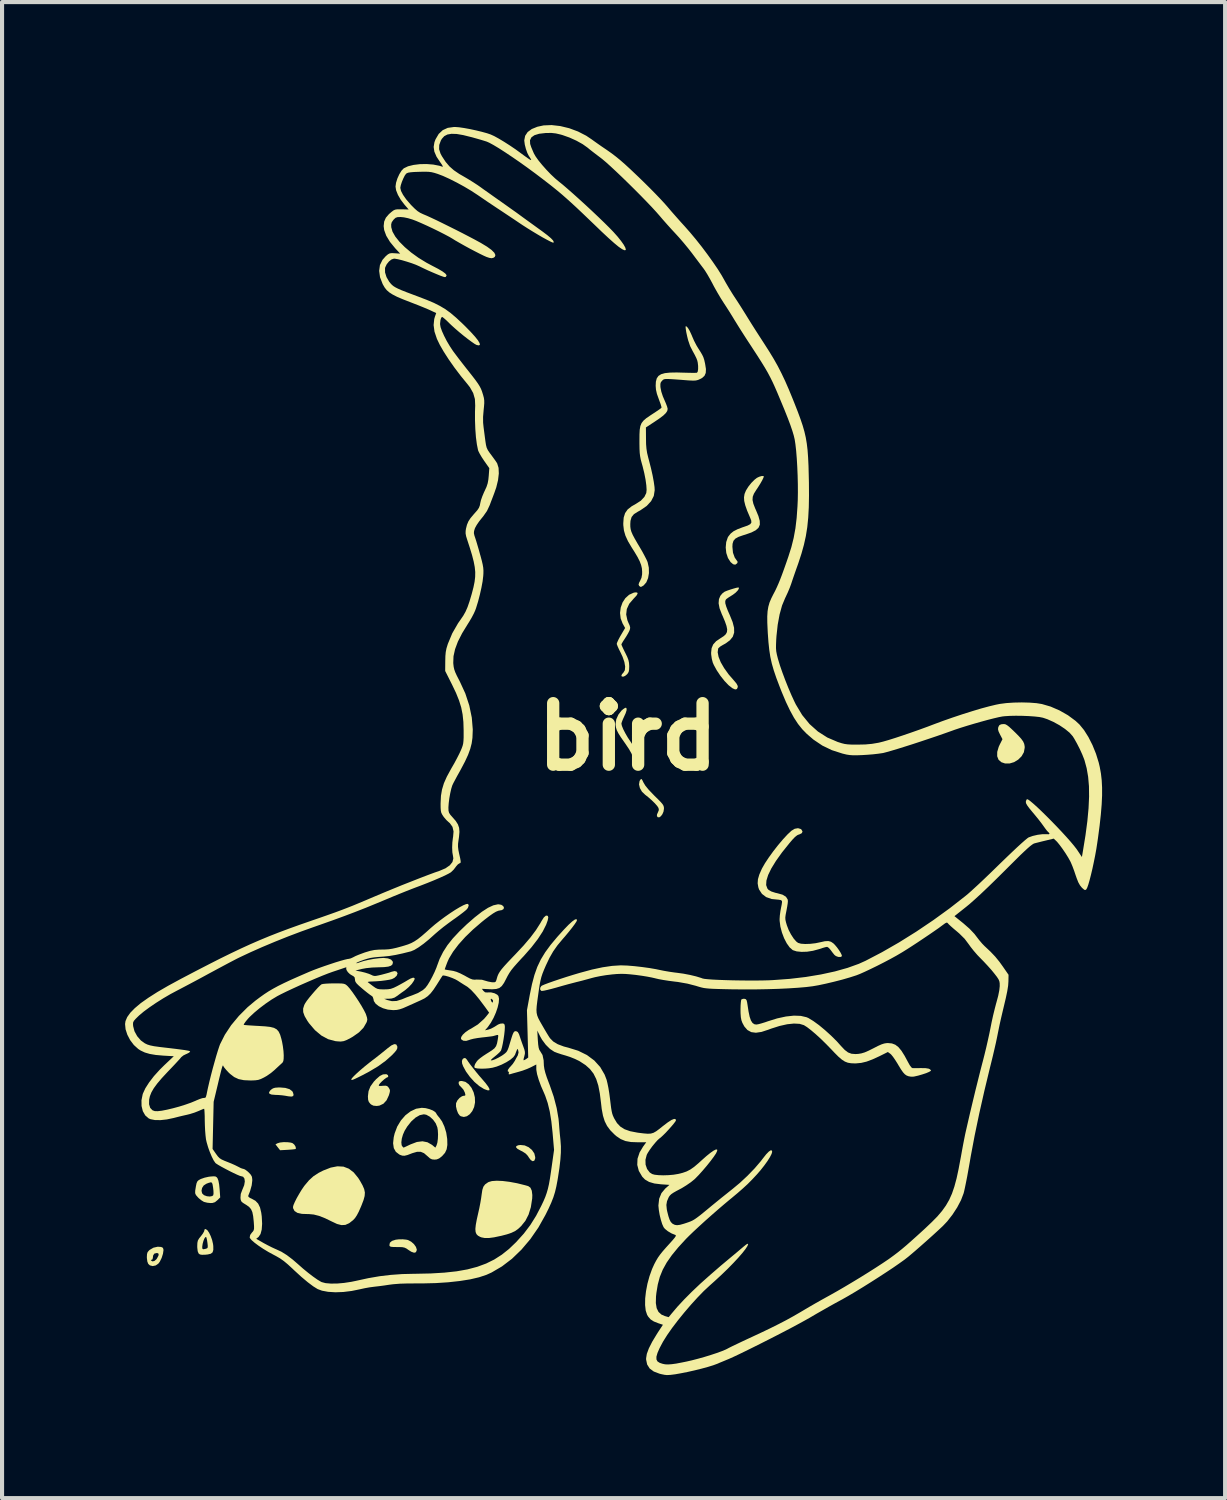
<source format=kicad_pcb>
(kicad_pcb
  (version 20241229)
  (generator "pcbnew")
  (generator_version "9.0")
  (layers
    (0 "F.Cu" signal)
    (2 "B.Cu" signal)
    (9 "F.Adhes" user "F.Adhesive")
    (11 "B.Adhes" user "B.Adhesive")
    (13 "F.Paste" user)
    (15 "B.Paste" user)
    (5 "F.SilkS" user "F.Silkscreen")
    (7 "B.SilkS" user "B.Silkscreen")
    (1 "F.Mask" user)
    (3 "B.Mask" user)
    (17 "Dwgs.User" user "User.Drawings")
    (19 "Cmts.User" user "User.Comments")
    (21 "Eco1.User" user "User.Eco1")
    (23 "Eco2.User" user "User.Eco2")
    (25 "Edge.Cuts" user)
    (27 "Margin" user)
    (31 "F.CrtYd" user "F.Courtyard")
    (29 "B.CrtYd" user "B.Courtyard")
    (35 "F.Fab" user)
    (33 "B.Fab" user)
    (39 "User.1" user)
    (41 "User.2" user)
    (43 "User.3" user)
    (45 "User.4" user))
  (footprint "bird"
    (layer "F.Cu")
    (at 12.261 14.919)
    (property "Reference" "bird" (at 0 0 0) (layer "F.SilkS") (effects (font (size 1.5 1.5) (thickness 0.3))))
    (attr board_only exclude_from_pos_files exclude_from_bom)
    (fp_poly (pts (xy -8.303 9.884) (xy -8.22 9.894) (xy -8.178 9.907) (xy -8.138 9.939) (xy -8.107 9.985) (xy -8.095 10.029) (xy -8.102 10.05) (xy -8.128 10.055) (xy -8.187 10.062) (xy -8.269 10.068) (xy -8.296 10.07) (xy -8.481 10.08) (xy -8.537 10.009) (xy -8.593 9.937) (xy -8.543 9.91) (xy -8.483 9.892) (xy -8.397 9.883)) (stroke (width 0) (type solid)) (fill yes) (layer "F.SilkS"))
    (fp_poly (pts (xy -2.516 9.963) (xy -2.419 10.007) (xy -2.338 10.075) (xy -2.281 10.159) (xy -2.259 10.251) (xy -2.26 10.281) (xy -2.281 10.334) (xy -2.32 10.348) (xy -2.365 10.322) (xy -2.371 10.315) (xy -2.408 10.267) (xy -2.445 10.211) (xy -2.494 10.16) (xy -2.572 10.11) (xy -2.609 10.092) (xy -2.689 10.049) (xy -2.726 10.011) (xy -2.721 9.98) (xy -2.674 9.959) (xy -2.621 9.952)) (stroke (width 0) (type solid)) (fill yes) (layer "F.SilkS"))
    (fp_poly (pts (xy -8.354 8.56) (xy -8.251 8.591) (xy -8.184 8.641) (xy -8.166 8.674) (xy -8.152 8.728) (xy -8.163 8.76) (xy -8.205 8.772) (xy -8.281 8.765) (xy -8.358 8.751) (xy -8.431 8.741) (xy -8.525 8.733) (xy -8.59 8.731) (xy -8.687 8.723) (xy -8.74 8.703) (xy -8.751 8.668) (xy -8.719 8.621) (xy -8.699 8.602) (xy -8.655 8.572) (xy -8.603 8.556) (xy -8.527 8.55) (xy -8.491 8.549)) (stroke (width 0) (type solid)) (fill yes) (layer "F.SilkS"))
    (fp_poly (pts (xy -3.955 7.838) (xy -3.924 7.874) (xy -3.894 7.92) (xy -3.842 7.992) (xy -3.774 8.079) (xy -3.699 8.174) (xy -3.623 8.266) (xy -3.564 8.333) (xy -3.467 8.447) (xy -3.404 8.532) (xy -3.374 8.589) (xy -3.379 8.618) (xy -3.417 8.62) (xy -3.489 8.595) (xy -3.515 8.583) (xy -3.626 8.514) (xy -3.742 8.414) (xy -3.852 8.292) (xy -3.947 8.162) (xy -4.017 8.033) (xy -4.042 7.965) (xy -4.047 7.903) (xy -4.028 7.856) (xy -3.994 7.832)) (stroke (width 0) (type solid)) (fill yes) (layer "F.SilkS"))
    (fp_poly (pts (xy -5.408 12.26) (xy -5.361 12.27) (xy -5.285 12.31) (xy -5.217 12.369) (xy -5.168 12.438) (xy -5.147 12.503) (xy -5.148 12.516) (xy -5.168 12.567) (xy -5.213 12.58) (xy -5.281 12.556) (xy -5.346 12.515) (xy -5.4 12.477) (xy -5.447 12.455) (xy -5.501 12.444) (xy -5.579 12.441) (xy -5.628 12.441) (xy -5.718 12.44) (xy -5.773 12.435) (xy -5.801 12.425) (xy -5.813 12.406) (xy -5.815 12.394) (xy -5.803 12.335) (xy -5.751 12.291) (xy -5.661 12.262) (xy -5.584 12.253) (xy -5.493 12.252)) (stroke (width 0) (type solid)) (fill yes) (layer "F.SilkS"))
    (fp_poly (pts (xy -5.649 7.5) (xy -5.624 7.546) (xy -5.621 7.561) (xy -5.624 7.598) (xy -5.644 7.64) (xy -5.688 7.694) (xy -5.756 7.765) (xy -5.909 7.901) (xy -6.091 8.033) (xy -6.308 8.163) (xy -6.468 8.248) (xy -6.58 8.304) (xy -6.657 8.341) (xy -6.706 8.361) (xy -6.733 8.366) (xy -6.744 8.359) (xy -6.745 8.351) (xy -6.728 8.323) (xy -6.681 8.272) (xy -6.61 8.204) (xy -6.521 8.124) (xy -6.419 8.038) (xy -6.31 7.95) (xy -6.237 7.893) (xy -6.132 7.813) (xy -6.027 7.73) (xy -5.934 7.655) (xy -5.864 7.598) (xy -5.861 7.595) (xy -5.768 7.525) (xy -5.697 7.493)) (stroke (width 0) (type solid)) (fill yes) (layer "F.SilkS"))
    (fp_poly (pts (xy 9.213 -0.304) (xy 9.252 -0.281) (xy 9.304 -0.24) (xy 9.375 -0.174) (xy 9.419 -0.132) (xy 9.521 -0.031) (xy 9.592 0.047) (xy 9.639 0.112) (xy 9.665 0.171) (xy 9.676 0.23) (xy 9.677 0.265) (xy 9.657 0.375) (xy 9.601 0.473) (xy 9.519 0.555) (xy 9.419 0.616) (xy 9.309 0.649) (xy 9.199 0.649) (xy 9.107 0.618) (xy 9.039 0.558) (xy 9.006 0.473) (xy 9.007 0.366) (xy 9.043 0.243) (xy 9.068 0.189) (xy 9.135 0.056) (xy 9.074 -0.06) (xy 9.039 -0.134) (xy 9.026 -0.186) (xy 9.032 -0.23) (xy 9.035 -0.241) (xy 9.06 -0.286) (xy 9.102 -0.306) (xy 9.141 -0.311) (xy 9.179 -0.312)) (stroke (width 0) (type solid)) (fill yes) (layer "F.SilkS"))
    (fp_poly (pts (xy -3.962 8.413) (xy -3.882 8.471) (xy -3.813 8.559) (xy -3.761 8.669) (xy -3.731 8.792) (xy -3.727 8.914) (xy -3.749 9.027) (xy -3.793 9.124) (xy -3.854 9.201) (xy -3.925 9.251) (xy -4 9.269) (xy -4.073 9.252) (xy -4.102 9.232) (xy -4.141 9.178) (xy -4.172 9.098) (xy -4.191 9.012) (xy -4.19 8.937) (xy -4.188 8.929) (xy -4.157 8.865) (xy -4.105 8.805) (xy -4.045 8.764) (xy -4.003 8.752) (xy -3.971 8.749) (xy -3.962 8.731) (xy -3.973 8.684) (xy -3.977 8.671) (xy -4.011 8.602) (xy -4.061 8.545) (xy -4.065 8.542) (xy -4.112 8.492) (xy -4.128 8.444) (xy -4.121 8.408) (xy -4.092 8.394) (xy -4.05 8.391)) (stroke (width 0) (type solid)) (fill yes) (layer "F.SilkS"))
    (fp_poly (pts (xy 0.338 1.032) (xy 0.359 1.068) (xy 0.38 1.113) (xy 0.427 1.191) (xy 0.509 1.291) (xy 0.627 1.414) (xy 0.653 1.441) (xy 0.743 1.529) (xy 0.806 1.594) (xy 0.846 1.641) (xy 0.868 1.679) (xy 0.878 1.713) (xy 0.88 1.75) (xy 0.88 1.753) (xy 0.869 1.823) (xy 0.842 1.886) (xy 0.805 1.935) (xy 0.766 1.962) (xy 0.73 1.96) (xy 0.708 1.931) (xy 0.711 1.89) (xy 0.732 1.843) (xy 0.756 1.784) (xy 0.747 1.734) (xy 0.716 1.686) (xy 0.658 1.62) (xy 0.581 1.545) (xy 0.495 1.469) (xy 0.421 1.411) (xy 0.343 1.336) (xy 0.293 1.248) (xy 0.272 1.159) (xy 0.285 1.078) (xy 0.302 1.049) (xy 0.321 1.028)) (stroke (width 0) (type solid)) (fill yes) (layer "F.SilkS"))
    (fp_poly (pts (xy -11.381 12.439) (xy -11.337 12.461) (xy -11.324 12.509) (xy -11.324 12.516) (xy -11.337 12.605) (xy -11.369 12.706) (xy -11.414 12.798) (xy -11.449 12.845) (xy -11.514 12.89) (xy -11.588 12.905) (xy -11.656 12.888) (xy -11.695 12.853) (xy -11.718 12.795) (xy -11.723 12.757) (xy -11.632 12.757) (xy -11.629 12.767) (xy -11.593 12.791) (xy -11.545 12.78) (xy -11.497 12.739) (xy -11.482 12.717) (xy -11.446 12.648) (xy -11.442 12.607) (xy -11.469 12.589) (xy -11.492 12.587) (xy -11.549 12.602) (xy -11.578 12.65) (xy -11.583 12.7) (xy -11.593 12.742) (xy -11.613 12.75) (xy -11.632 12.757) (xy -11.723 12.757) (xy -11.729 12.711) (xy -11.73 12.686) (xy -11.726 12.612) (xy -11.711 12.564) (xy -11.676 12.524) (xy -11.662 12.511) (xy -11.57 12.457) (xy -11.465 12.433)) (stroke (width 0) (type solid)) (fill yes) (layer "F.SilkS"))
    (fp_poly (pts (xy -5.882 8.229) (xy -5.853 8.248) (xy -5.842 8.278) (xy -5.854 8.299) (xy -5.864 8.301) (xy -5.895 8.316) (xy -5.944 8.353) (xy -5.998 8.401) (xy -6.044 8.449) (xy -6.068 8.481) (xy -6.075 8.504) (xy -6.06 8.513) (xy -6.013 8.512) (xy -5.979 8.509) (xy -5.911 8.506) (xy -5.871 8.515) (xy -5.842 8.542) (xy -5.83 8.56) (xy -5.808 8.597) (xy -5.801 8.632) (xy -5.81 8.68) (xy -5.828 8.741) (xy -5.884 8.862) (xy -5.961 8.946) (xy -6.058 8.992) (xy -6.126 9.001) (xy -6.206 8.993) (xy -6.263 8.964) (xy -6.283 8.945) (xy -6.317 8.902) (xy -6.334 8.851) (xy -6.339 8.774) (xy -6.339 8.764) (xy -6.324 8.639) (xy -6.278 8.524) (xy -6.196 8.409) (xy -6.138 8.347) (xy -6.05 8.27) (xy -5.972 8.231) (xy -5.897 8.226)) (stroke (width 0) (type solid)) (fill yes) (layer "F.SilkS"))
    (fp_poly (pts (xy -3.053 10.83) (xy -2.885 10.851) (xy -2.701 10.885) (xy -2.508 10.933) (xy -2.43 10.955) (xy -2.377 10.993) (xy -2.343 11.067) (xy -2.33 11.173) (xy -2.333 11.256) (xy -2.366 11.47) (xy -2.421 11.649) (xy -2.499 11.801) (xy -2.602 11.929) (xy -2.674 11.997) (xy -2.749 12.05) (xy -2.837 12.093) (xy -2.948 12.131) (xy -3.094 12.169) (xy -3.102 12.17) (xy -3.262 12.204) (xy -3.389 12.221) (xy -3.489 12.221) (xy -3.571 12.205) (xy -3.602 12.193) (xy -3.655 12.164) (xy -3.692 12.126) (xy -3.713 12.074) (xy -3.719 12.001) (xy -3.709 11.903) (xy -3.685 11.772) (xy -3.653 11.629) (xy -3.624 11.5) (xy -3.598 11.367) (xy -3.578 11.248) (xy -3.566 11.16) (xy -3.549 11.047) (xy -3.523 10.969) (xy -3.481 10.913) (xy -3.416 10.867) (xy -3.395 10.855) (xy -3.314 10.832) (xy -3.198 10.824)) (stroke (width 0) (type solid)) (fill yes) (layer "F.SilkS"))
    (fp_poly (pts (xy -0.031 -0.688) (xy -0.03 -0.687) (xy -0.032 -0.646) (xy -0.054 -0.577) (xy -0.087 -0.504) (xy -0.122 -0.427) (xy -0.148 -0.361) (xy -0.158 -0.322) (xy -0.158 -0.321) (xy -0.145 -0.266) (xy -0.112 -0.185) (xy -0.063 -0.089) (xy -0.004 0.013) (xy 0.054 0.1) (xy 0.149 0.243) (xy 0.212 0.362) (xy 0.244 0.461) (xy 0.247 0.546) (xy 0.234 0.596) (xy 0.204 0.625) (xy 0.159 0.63) (xy 0.124 0.609) (xy 0.124 0.609) (xy 0.118 0.57) (xy 0.124 0.542) (xy 0.122 0.489) (xy 0.089 0.407) (xy 0.026 0.296) (xy -0.069 0.155) (xy -0.091 0.124) (xy -0.174 0.005) (xy -0.232 -0.088) (xy -0.27 -0.163) (xy -0.291 -0.23) (xy -0.3 -0.295) (xy -0.3 -0.316) (xy -0.283 -0.428) (xy -0.232 -0.541) (xy -0.158 -0.638) (xy -0.113 -0.677) (xy -0.067 -0.707) (xy -0.044 -0.71)) (stroke (width 0) (type solid)) (fill yes) (layer "F.SilkS"))
    (fp_poly (pts (xy -6.936 10.48) (xy -6.805 10.53) (xy -6.686 10.621) (xy -6.577 10.754) (xy -6.531 10.827) (xy -6.469 10.938) (xy -6.43 11.029) (xy -6.413 11.112) (xy -6.419 11.197) (xy -6.446 11.296) (xy -6.494 11.421) (xy -6.507 11.453) (xy -6.562 11.578) (xy -6.61 11.669) (xy -6.654 11.735) (xy -6.702 11.786) (xy -6.703 11.787) (xy -6.799 11.861) (xy -6.89 11.901) (xy -6.985 11.906) (xy -7.093 11.878) (xy -7.208 11.824) (xy -7.383 11.739) (xy -7.531 11.681) (xy -7.66 11.648) (xy -7.778 11.637) (xy -7.799 11.637) (xy -7.948 11.632) (xy -8.058 11.608) (xy -8.129 11.562) (xy -8.163 11.496) (xy -8.166 11.463) (xy -8.154 11.416) (xy -8.122 11.342) (xy -8.076 11.25) (xy -8.019 11.15) (xy -7.959 11.05) (xy -7.899 10.962) (xy -7.881 10.938) (xy -7.775 10.812) (xy -7.667 10.714) (xy -7.541 10.632) (xy -7.431 10.576) (xy -7.247 10.504) (xy -7.083 10.472)) (stroke (width 0) (type solid)) (fill yes) (layer "F.SilkS"))
    (fp_poly (pts (xy -10.254 12.031) (xy -10.212 12.092) (xy -10.172 12.175) (xy -10.138 12.271) (xy -10.116 12.367) (xy -10.11 12.417) (xy -10.109 12.51) (xy -10.127 12.57) (xy -10.17 12.604) (xy -10.246 12.622) (xy -10.306 12.628) (xy -10.386 12.63) (xy -10.435 12.622) (xy -10.465 12.6) (xy -10.468 12.597) (xy -10.49 12.544) (xy -10.5 12.458) (xy -10.379 12.458) (xy -10.373 12.487) (xy -10.35 12.495) (xy -10.299 12.485) (xy -10.29 12.482) (xy -10.26 12.471) (xy -10.246 12.45) (xy -10.245 12.407) (xy -10.252 12.342) (xy -10.263 12.269) (xy -10.276 12.216) (xy -10.284 12.197) (xy -10.304 12.2) (xy -10.328 12.236) (xy -10.351 12.294) (xy -10.369 12.361) (xy -10.379 12.427) (xy -10.379 12.458) (xy -10.5 12.458) (xy -10.5 12.455) (xy -10.501 12.42) (xy -10.498 12.34) (xy -10.486 12.283) (xy -10.456 12.231) (xy -10.41 12.174) (xy -10.364 12.112) (xy -10.334 12.059) (xy -10.327 12.031) (xy -10.318 12.005) (xy -10.293 12.004)) (stroke (width 0) (type solid)) (fill yes) (layer "F.SilkS"))
    (fp_poly (pts (xy -7.057 6.012) (xy -6.979 6.014) (xy -6.928 6.021) (xy -6.892 6.033) (xy -6.863 6.053) (xy -6.834 6.079) (xy -6.782 6.138) (xy -6.716 6.225) (xy -6.641 6.333) (xy -6.564 6.449) (xy -6.493 6.564) (xy -6.434 6.668) (xy -6.393 6.75) (xy -6.384 6.774) (xy -6.361 6.846) (xy -6.354 6.895) (xy -6.364 6.941) (xy -6.376 6.97) (xy -6.447 7.092) (xy -6.556 7.205) (xy -6.705 7.31) (xy -6.756 7.34) (xy -6.854 7.391) (xy -6.931 7.42) (xy -7.005 7.43) (xy -7.093 7.424) (xy -7.136 7.419) (xy -7.31 7.372) (xy -7.476 7.282) (xy -7.632 7.151) (xy -7.776 6.982) (xy -7.816 6.924) (xy -7.883 6.809) (xy -7.917 6.713) (xy -7.919 6.626) (xy -7.891 6.537) (xy -7.866 6.491) (xy -7.827 6.433) (xy -7.768 6.357) (xy -7.698 6.273) (xy -7.625 6.189) (xy -7.557 6.114) (xy -7.501 6.059) (xy -7.47 6.034) (xy -7.433 6.025) (xy -7.362 6.018) (xy -7.267 6.013) (xy -7.169 6.012)) (stroke (width 0) (type solid)) (fill yes) (layer "F.SilkS"))
    (fp_poly (pts (xy -10.054 10.721) (xy -10.026 10.739) (xy -10.007 10.764) (xy -9.985 10.822) (xy -9.967 10.916) (xy -9.956 11.025) (xy -9.941 11.231) (xy -10.011 11.3) (xy -10.069 11.347) (xy -10.13 11.366) (xy -10.177 11.368) (xy -10.257 11.36) (xy -10.33 11.342) (xy -10.343 11.337) (xy -10.4 11.302) (xy -10.465 11.249) (xy -10.486 11.227) (xy -10.533 11.173) (xy -10.552 11.128) (xy -10.551 11.074) (xy -10.551 11.069) (xy -10.397 11.069) (xy -10.382 11.132) (xy -10.337 11.176) (xy -10.266 11.202) (xy -10.194 11.209) (xy -10.136 11.198) (xy -10.111 11.177) (xy -10.104 11.137) (xy -10.106 11.068) (xy -10.114 10.996) (xy -10.127 10.916) (xy -10.142 10.873) (xy -10.17 10.862) (xy -10.223 10.876) (xy -10.278 10.897) (xy -10.343 10.939) (xy -10.383 11) (xy -10.397 11.069) (xy -10.551 11.069) (xy -10.55 11.061) (xy -10.533 10.956) (xy -10.518 10.885) (xy -10.498 10.84) (xy -10.468 10.811) (xy -10.425 10.787) (xy -10.404 10.778) (xy -10.321 10.749) (xy -10.222 10.727) (xy -10.173 10.721) (xy -10.098 10.716)) (stroke (width 0) (type solid)) (fill yes) (layer "F.SilkS"))
    (fp_poly (pts (xy 0.227 -3.52) (xy 0.238 -3.494) (xy 0.211 -3.446) (xy 0.146 -3.376) (xy 0.138 -3.368) (xy 0.033 -3.245) (xy -0.026 -3.117) (xy -0.041 -2.984) (xy -0.012 -2.845) (xy 0.012 -2.786) (xy 0.044 -2.715) (xy 0.056 -2.668) (xy 0.052 -2.629) (xy 0.037 -2.587) (xy 0.006 -2.526) (xy -0.04 -2.448) (xy -0.077 -2.391) (xy -0.119 -2.327) (xy -0.148 -2.277) (xy -0.158 -2.254) (xy -0.148 -2.226) (xy -0.122 -2.169) (xy -0.085 -2.091) (xy -0.063 -2.048) (xy -0.015 -1.949) (xy 0.014 -1.873) (xy 0.028 -1.805) (xy 0.033 -1.73) (xy 0.033 -1.722) (xy 0.03 -1.638) (xy 0.019 -1.583) (xy -0.007 -1.541) (xy -0.021 -1.525) (xy -0.07 -1.485) (xy -0.117 -1.467) (xy -0.15 -1.474) (xy -0.158 -1.495) (xy -0.142 -1.53) (xy -0.11 -1.565) (xy -0.074 -1.624) (xy -0.066 -1.713) (xy -0.085 -1.825) (xy -0.13 -1.955) (xy -0.176 -2.053) (xy -0.218 -2.137) (xy -0.251 -2.21) (xy -0.269 -2.259) (xy -0.271 -2.271) (xy -0.26 -2.306) (xy -0.231 -2.369) (xy -0.189 -2.448) (xy -0.169 -2.482) (xy -0.067 -2.655) (xy -0.128 -2.764) (xy -0.176 -2.889) (xy -0.191 -3.022) (xy -0.174 -3.154) (xy -0.13 -3.277) (xy -0.061 -3.383) (xy 0.03 -3.465) (xy 0.139 -3.515) (xy 0.178 -3.523)) (stroke (width 0) (type solid)) (fill yes) (layer "F.SilkS"))
    (fp_poly (pts (xy 3.316 -6.349) (xy 3.304 -6.315) (xy 3.274 -6.253) (xy 3.23 -6.176) (xy 3.178 -6.093) (xy 3.127 -6.016) (xy 3.074 -5.931) (xy 3.045 -5.855) (xy 3.04 -5.777) (xy 3.06 -5.686) (xy 3.104 -5.572) (xy 3.124 -5.528) (xy 3.184 -5.383) (xy 3.216 -5.267) (xy 3.218 -5.174) (xy 3.186 -5.1) (xy 3.119 -5.039) (xy 3.014 -4.985) (xy 2.867 -4.933) (xy 2.813 -4.917) (xy 2.698 -4.877) (xy 2.621 -4.834) (xy 2.575 -4.781) (xy 2.553 -4.709) (xy 2.549 -4.636) (xy 2.563 -4.49) (xy 2.606 -4.372) (xy 2.646 -4.315) (xy 2.675 -4.274) (xy 2.672 -4.244) (xy 2.662 -4.23) (xy 2.619 -4.199) (xy 2.568 -4.209) (xy 2.507 -4.26) (xy 2.505 -4.262) (xy 2.441 -4.361) (xy 2.4 -4.484) (xy 2.386 -4.619) (xy 2.398 -4.75) (xy 2.437 -4.865) (xy 2.451 -4.888) (xy 2.506 -4.957) (xy 2.577 -5.014) (xy 2.673 -5.063) (xy 2.804 -5.113) (xy 2.824 -5.119) (xy 2.923 -5.154) (xy 2.984 -5.187) (xy 3.011 -5.224) (xy 3.009 -5.273) (xy 2.983 -5.342) (xy 2.978 -5.353) (xy 2.909 -5.515) (xy 2.863 -5.646) (xy 2.837 -5.753) (xy 2.832 -5.842) (xy 2.845 -5.923) (xy 2.877 -6.001) (xy 2.88 -6.008) (xy 2.937 -6.1) (xy 3.011 -6.193) (xy 3.09 -6.272) (xy 3.146 -6.316) (xy 3.203 -6.343) (xy 3.26 -6.36) (xy 3.302 -6.361)) (stroke (width 0) (type solid)) (fill yes) (layer "F.SilkS"))
    (fp_poly (pts (xy 2.704 -3.642) (xy 2.706 -3.612) (xy 2.677 -3.567) (xy 2.626 -3.515) (xy 2.56 -3.465) (xy 2.536 -3.45) (xy 2.468 -3.408) (xy 2.414 -3.37) (xy 2.391 -3.35) (xy 2.375 -3.313) (xy 2.376 -3.258) (xy 2.398 -3.18) (xy 2.439 -3.073) (xy 2.486 -2.968) (xy 2.554 -2.8) (xy 2.59 -2.66) (xy 2.592 -2.543) (xy 2.559 -2.443) (xy 2.489 -2.356) (xy 2.383 -2.278) (xy 2.309 -2.237) (xy 2.25 -2.201) (xy 2.21 -2.165) (xy 2.202 -2.153) (xy 2.19 -2.063) (xy 2.212 -1.95) (xy 2.265 -1.819) (xy 2.348 -1.676) (xy 2.457 -1.524) (xy 2.588 -1.373) (xy 2.65 -1.298) (xy 2.679 -1.242) (xy 2.68 -1.214) (xy 2.659 -1.166) (xy 2.616 -1.156) (xy 2.551 -1.185) (xy 2.465 -1.252) (xy 2.454 -1.261) (xy 2.356 -1.364) (xy 2.257 -1.489) (xy 2.167 -1.623) (xy 2.097 -1.751) (xy 2.072 -1.807) (xy 2.047 -1.901) (xy 2.032 -2.007) (xy 2.03 -2.05) (xy 2.042 -2.162) (xy 2.08 -2.253) (xy 2.151 -2.332) (xy 2.261 -2.407) (xy 2.263 -2.408) (xy 2.337 -2.456) (xy 2.388 -2.503) (xy 2.416 -2.556) (xy 2.422 -2.621) (xy 2.405 -2.705) (xy 2.367 -2.815) (xy 2.307 -2.957) (xy 2.292 -2.989) (xy 2.236 -3.135) (xy 2.213 -3.257) (xy 2.221 -3.358) (xy 2.255 -3.439) (xy 2.303 -3.497) (xy 2.358 -3.539) (xy 2.362 -3.541) (xy 2.423 -3.566) (xy 2.499 -3.592) (xy 2.577 -3.616) (xy 2.645 -3.635) (xy 2.692 -3.643)) (stroke (width 0) (type solid)) (fill yes) (layer "F.SilkS"))
    (fp_poly (pts (xy -4.931 9.054) (xy -4.838 9.078) (xy -4.755 9.111) (xy -4.697 9.149) (xy -4.676 9.177) (xy -4.653 9.217) (xy -4.611 9.27) (xy -4.599 9.283) (xy -4.531 9.379) (xy -4.473 9.506) (xy -4.429 9.651) (xy -4.406 9.801) (xy -4.405 9.815) (xy -4.402 9.951) (xy -4.419 10.057) (xy -4.459 10.143) (xy -4.526 10.219) (xy -4.535 10.228) (xy -4.602 10.28) (xy -4.661 10.304) (xy -4.715 10.309) (xy -4.776 10.303) (xy -4.826 10.279) (xy -4.883 10.228) (xy -4.891 10.221) (xy -4.971 10.152) (xy -5.052 10.118) (xy -5.143 10.119) (xy -5.254 10.151) (xy -5.278 10.16) (xy -5.374 10.197) (xy -5.443 10.214) (xy -5.498 10.213) (xy -5.551 10.195) (xy -5.574 10.184) (xy -5.658 10.119) (xy -5.708 10.029) (xy -5.725 9.911) (xy -5.723 9.888) (xy -5.524 9.888) (xy -5.517 9.956) (xy -5.504 9.981) (xy -5.478 10.01) (xy -5.469 10.016) (xy -5.447 10.007) (xy -5.395 9.983) (xy -5.322 9.948) (xy -5.298 9.937) (xy -5.145 9.879) (xy -5.009 9.862) (xy -4.887 9.886) (xy -4.775 9.95) (xy -4.762 9.961) (xy -4.695 10.017) (xy -4.668 9.967) (xy -4.646 9.899) (xy -4.633 9.803) (xy -4.629 9.694) (xy -4.635 9.588) (xy -4.646 9.523) (xy -4.685 9.425) (xy -4.75 9.335) (xy -4.83 9.262) (xy -4.915 9.215) (xy -4.976 9.204) (xy -5.075 9.225) (xy -5.179 9.285) (xy -5.283 9.379) (xy -5.381 9.503) (xy -5.444 9.606) (xy -5.485 9.7) (xy -5.513 9.798) (xy -5.524 9.888) (xy -5.723 9.888) (xy -5.71 9.765) (xy -5.687 9.669) (xy -5.624 9.502) (xy -5.534 9.353) (xy -5.424 9.227) (xy -5.298 9.131) (xy -5.164 9.068) (xy -5.026 9.046) (xy -5.023 9.046)) (stroke (width 0) (type solid)) (fill yes) (layer "F.SilkS"))
    (fp_poly (pts (xy 4.216 2.247) (xy 4.234 2.262) (xy 4.259 2.308) (xy 4.242 2.348) (xy 4.186 2.377) (xy 4.173 2.38) (xy 4.129 2.399) (xy 4.076 2.441) (xy 4.008 2.512) (xy 3.941 2.591) (xy 3.758 2.819) (xy 3.611 3.025) (xy 3.498 3.209) (xy 3.421 3.368) (xy 3.379 3.503) (xy 3.372 3.614) (xy 3.402 3.698) (xy 3.432 3.732) (xy 3.498 3.77) (xy 3.596 3.802) (xy 3.645 3.813) (xy 3.771 3.848) (xy 3.855 3.899) (xy 3.897 3.965) (xy 3.902 4.006) (xy 3.898 4.056) (xy 3.886 4.135) (xy 3.869 4.228) (xy 3.865 4.249) (xy 3.847 4.341) (xy 3.839 4.406) (xy 3.842 4.461) (xy 3.856 4.523) (xy 3.877 4.594) (xy 3.921 4.709) (xy 3.979 4.82) (xy 4.043 4.918) (xy 4.107 4.991) (xy 4.151 5.024) (xy 4.222 5.044) (xy 4.325 5.051) (xy 4.447 5.047) (xy 4.577 5.032) (xy 4.692 5.008) (xy 4.805 4.983) (xy 4.888 4.979) (xy 4.953 4.996) (xy 5.012 5.036) (xy 5.046 5.07) (xy 5.097 5.13) (xy 5.147 5.199) (xy 5.189 5.266) (xy 5.215 5.32) (xy 5.22 5.349) (xy 5.22 5.349) (xy 5.185 5.368) (xy 5.13 5.366) (xy 5.073 5.345) (xy 5.038 5.318) (xy 4.994 5.264) (xy 4.947 5.2) (xy 4.942 5.194) (xy 4.901 5.147) (xy 4.863 5.122) (xy 4.856 5.121) (xy 4.818 5.128) (xy 4.751 5.147) (xy 4.668 5.174) (xy 4.649 5.18) (xy 4.512 5.217) (xy 4.37 5.239) (xy 4.234 5.243) (xy 4.115 5.231) (xy 4.025 5.202) (xy 4.018 5.198) (xy 3.945 5.134) (xy 3.874 5.035) (xy 3.81 4.911) (xy 3.757 4.771) (xy 3.719 4.626) (xy 3.701 4.486) (xy 3.7 4.444) (xy 3.706 4.352) (xy 3.721 4.244) (xy 3.734 4.174) (xy 3.75 4.096) (xy 3.759 4.032) (xy 3.757 4) (xy 3.729 3.98) (xy 3.674 3.97) (xy 3.667 3.97) (xy 3.505 3.954) (xy 3.372 3.907) (xy 3.27 3.829) (xy 3.2 3.723) (xy 3.182 3.671) (xy 3.165 3.572) (xy 3.172 3.471) (xy 3.205 3.358) (xy 3.265 3.221) (xy 3.272 3.207) (xy 3.342 3.084) (xy 3.436 2.942) (xy 3.545 2.791) (xy 3.663 2.64) (xy 3.782 2.499) (xy 3.894 2.378) (xy 3.989 2.289) (xy 4.069 2.241) (xy 4.149 2.227)) (stroke (width 0) (type solid)) (fill yes) (layer "F.SilkS"))
    (fp_poly (pts (xy 2.876 6.397) (xy 2.895 6.422) (xy 2.908 6.474) (xy 2.917 6.53) (xy 2.943 6.699) (xy 2.97 6.827) (xy 3.002 6.918) (xy 3.04 6.977) (xy 3.086 7.008) (xy 3.132 7.015) (xy 3.178 7.008) (xy 3.254 6.988) (xy 3.348 6.959) (xy 3.414 6.936) (xy 3.642 6.865) (xy 3.855 6.819) (xy 4.048 6.798) (xy 4.216 6.804) (xy 4.355 6.836) (xy 4.402 6.856) (xy 4.522 6.929) (xy 4.661 7.03) (xy 4.808 7.152) (xy 4.956 7.286) (xy 5.096 7.425) (xy 5.198 7.539) (xy 5.288 7.634) (xy 5.368 7.695) (xy 5.452 7.727) (xy 5.551 7.735) (xy 5.618 7.731) (xy 5.692 7.719) (xy 5.773 7.695) (xy 5.87 7.653) (xy 5.99 7.593) (xy 6.101 7.536) (xy 6.184 7.499) (xy 6.249 7.478) (xy 6.307 7.468) (xy 6.346 7.467) (xy 6.439 7.476) (xy 6.521 7.507) (xy 6.597 7.565) (xy 6.671 7.654) (xy 6.749 7.778) (xy 6.822 7.914) (xy 6.873 8.006) (xy 6.915 8.062) (xy 6.942 8.078) (xy 6.983 8.079) (xy 7.055 8.078) (xy 7.142 8.077) (xy 7.151 8.077) (xy 7.262 8.079) (xy 7.335 8.091) (xy 7.364 8.105) (xy 7.391 8.129) (xy 7.386 8.146) (xy 7.345 8.17) (xy 7.341 8.172) (xy 7.275 8.2) (xy 7.181 8.231) (xy 7.078 8.261) (xy 6.981 8.283) (xy 6.97 8.285) (xy 6.907 8.287) (xy 6.844 8.276) (xy 6.797 8.258) (xy 6.754 8.228) (xy 6.71 8.18) (xy 6.659 8.107) (xy 6.595 8.002) (xy 6.576 7.969) (xy 6.52 7.88) (xy 6.466 7.802) (xy 6.42 7.746) (xy 6.402 7.73) (xy 6.34 7.685) (xy 6.131 7.789) (xy 5.963 7.866) (xy 5.821 7.919) (xy 5.692 7.95) (xy 5.568 7.962) (xy 5.534 7.963) (xy 5.442 7.959) (xy 5.364 7.946) (xy 5.292 7.918) (xy 5.219 7.871) (xy 5.137 7.801) (xy 5.039 7.703) (xy 4.972 7.632) (xy 4.842 7.498) (xy 4.711 7.369) (xy 4.584 7.253) (xy 4.468 7.154) (xy 4.369 7.078) (xy 4.293 7.03) (xy 4.293 7.03) (xy 4.187 6.998) (xy 4.049 6.991) (xy 3.885 7.008) (xy 3.698 7.05) (xy 3.494 7.115) (xy 3.424 7.141) (xy 3.259 7.195) (xy 3.122 7.215) (xy 3.009 7.2) (xy 2.916 7.149) (xy 2.84 7.062) (xy 2.792 6.973) (xy 2.769 6.91) (xy 2.755 6.837) (xy 2.748 6.741) (xy 2.747 6.649) (xy 2.749 6.552) (xy 2.755 6.471) (xy 2.763 6.417) (xy 2.77 6.402) (xy 2.808 6.388) (xy 2.845 6.388)) (stroke (width 0) (type solid)) (fill yes) (layer "F.SilkS"))
    (fp_poly (pts (xy 1.433 -10.008) (xy 1.467 -9.968) (xy 1.508 -9.899) (xy 1.551 -9.806) (xy 1.569 -9.763) (xy 1.614 -9.66) (xy 1.671 -9.549) (xy 1.714 -9.478) (xy 1.774 -9.384) (xy 1.815 -9.313) (xy 1.842 -9.255) (xy 1.862 -9.194) (xy 1.879 -9.119) (xy 1.884 -9.095) (xy 1.904 -8.969) (xy 1.899 -8.874) (xy 1.868 -8.804) (xy 1.809 -8.751) (xy 1.768 -8.729) (xy 1.712 -8.704) (xy 1.659 -8.691) (xy 1.596 -8.687) (xy 1.508 -8.691) (xy 1.47 -8.693) (xy 1.293 -8.707) (xy 1.156 -8.717) (xy 1.053 -8.724) (xy 0.979 -8.727) (xy 0.927 -8.727) (xy 0.893 -8.723) (xy 0.87 -8.715) (xy 0.854 -8.704) (xy 0.839 -8.689) (xy 0.835 -8.685) (xy 0.805 -8.649) (xy 0.793 -8.608) (xy 0.793 -8.545) (xy 0.797 -8.51) (xy 0.816 -8.416) (xy 0.853 -8.304) (xy 0.89 -8.218) (xy 0.927 -8.132) (xy 0.956 -8.056) (xy 0.969 -8.004) (xy 0.97 -7.996) (xy 0.96 -7.947) (xy 0.926 -7.896) (xy 0.864 -7.836) (xy 0.77 -7.765) (xy 0.654 -7.686) (xy 0.44 -7.546) (xy 0.442 -7.275) (xy 0.444 -7.139) (xy 0.453 -7.029) (xy 0.469 -6.925) (xy 0.497 -6.808) (xy 0.514 -6.745) (xy 0.563 -6.554) (xy 0.603 -6.376) (xy 0.632 -6.219) (xy 0.65 -6.091) (xy 0.654 -6.015) (xy 0.632 -5.875) (xy 0.567 -5.748) (xy 0.459 -5.631) (xy 0.307 -5.526) (xy 0.243 -5.491) (xy 0.148 -5.431) (xy 0.091 -5.361) (xy 0.064 -5.269) (xy 0.059 -5.192) (xy 0.06 -5.125) (xy 0.068 -5.064) (xy 0.086 -5.001) (xy 0.117 -4.929) (xy 0.165 -4.838) (xy 0.231 -4.723) (xy 0.283 -4.636) (xy 0.347 -4.527) (xy 0.404 -4.421) (xy 0.451 -4.33) (xy 0.48 -4.265) (xy 0.482 -4.257) (xy 0.511 -4.126) (xy 0.514 -3.994) (xy 0.493 -3.872) (xy 0.45 -3.768) (xy 0.386 -3.695) (xy 0.381 -3.691) (xy 0.332 -3.661) (xy 0.302 -3.659) (xy 0.274 -3.684) (xy 0.273 -3.686) (xy 0.261 -3.716) (xy 0.275 -3.761) (xy 0.298 -3.804) (xy 0.332 -3.879) (xy 0.347 -3.963) (xy 0.348 -4.027) (xy 0.342 -4.109) (xy 0.323 -4.191) (xy 0.289 -4.281) (xy 0.235 -4.387) (xy 0.159 -4.515) (xy 0.096 -4.614) (xy 0.004 -4.769) (xy -0.059 -4.905) (xy -0.096 -5.032) (xy -0.111 -5.161) (xy -0.112 -5.208) (xy -0.102 -5.347) (xy -0.068 -5.456) (xy -0.005 -5.546) (xy 0.093 -5.623) (xy 0.193 -5.68) (xy 0.316 -5.759) (xy 0.403 -5.852) (xy 0.449 -5.947) (xy 0.457 -6.024) (xy 0.45 -6.135) (xy 0.431 -6.274) (xy 0.4 -6.432) (xy 0.358 -6.603) (xy 0.334 -6.688) (xy 0.313 -6.768) (xy 0.299 -6.842) (xy 0.289 -6.924) (xy 0.284 -7.023) (xy 0.282 -7.151) (xy 0.282 -7.218) (xy 0.283 -7.373) (xy 0.289 -7.491) (xy 0.305 -7.581) (xy 0.334 -7.652) (xy 0.381 -7.712) (xy 0.449 -7.771) (xy 0.544 -7.836) (xy 0.597 -7.871) (xy 0.684 -7.928) (xy 0.755 -7.976) (xy 0.803 -8.011) (xy 0.82 -8.026) (xy 0.817 -8.053) (xy 0.8 -8.111) (xy 0.771 -8.19) (xy 0.755 -8.234) (xy 0.709 -8.362) (xy 0.685 -8.468) (xy 0.678 -8.561) (xy 0.683 -8.662) (xy 0.704 -8.741) (xy 0.745 -8.801) (xy 0.81 -8.843) (xy 0.903 -8.87) (xy 1.029 -8.883) (xy 1.192 -8.886) (xy 1.33 -8.882) (xy 1.448 -8.879) (xy 1.552 -8.877) (xy 1.632 -8.877) (xy 1.679 -8.879) (xy 1.686 -8.881) (xy 1.704 -8.909) (xy 1.713 -8.968) (xy 1.713 -9.045) (xy 1.704 -9.127) (xy 1.692 -9.179) (xy 1.67 -9.236) (xy 1.631 -9.315) (xy 1.585 -9.399) (xy 1.582 -9.404) (xy 1.518 -9.53) (xy 1.469 -9.674) (xy 1.444 -9.775) (xy 1.424 -9.869) (xy 1.412 -9.947) (xy 1.407 -9.998) (xy 1.409 -10.011)) (stroke (width 0) (type solid)) (fill yes) (layer "F.SilkS"))
    (fp_poly (pts (xy -1.649 -14.895) (xy -1.43 -14.842) (xy -1.215 -14.762) (xy -1.015 -14.659) (xy -0.878 -14.567) (xy -0.823 -14.527) (xy -0.74 -14.468) (xy -0.64 -14.398) (xy -0.532 -14.325) (xy -0.499 -14.302) (xy -0.398 -14.231) (xy -0.297 -14.154) (xy -0.19 -14.067) (xy -0.072 -13.964) (xy 0.063 -13.84) (xy 0.222 -13.689) (xy 0.264 -13.649) (xy 0.4 -13.517) (xy 0.537 -13.381) (xy 0.668 -13.248) (xy 0.786 -13.125) (xy 0.885 -13.018) (xy 0.957 -12.937) (xy 1.058 -12.818) (xy 1.175 -12.685) (xy 1.292 -12.553) (xy 1.384 -12.452) (xy 1.517 -12.301) (xy 1.659 -12.131) (xy 1.804 -11.948) (xy 1.944 -11.761) (xy 2.075 -11.578) (xy 2.191 -11.408) (xy 2.285 -11.258) (xy 2.324 -11.189) (xy 2.393 -11.066) (xy 2.47 -10.935) (xy 2.545 -10.813) (xy 2.597 -10.732) (xy 2.664 -10.631) (xy 2.743 -10.508) (xy 2.824 -10.379) (xy 2.885 -10.281) (xy 2.945 -10.184) (xy 3.023 -10.059) (xy 3.113 -9.917) (xy 3.209 -9.768) (xy 3.304 -9.621) (xy 3.326 -9.587) (xy 3.45 -9.393) (xy 3.558 -9.215) (xy 3.655 -9.043) (xy 3.745 -8.867) (xy 3.834 -8.68) (xy 3.925 -8.472) (xy 4.023 -8.234) (xy 4.068 -8.121) (xy 4.146 -7.922) (xy 4.21 -7.748) (xy 4.263 -7.591) (xy 4.305 -7.445) (xy 4.338 -7.301) (xy 4.363 -7.153) (xy 4.382 -6.993) (xy 4.395 -6.814) (xy 4.405 -6.609) (xy 4.411 -6.371) (xy 4.415 -6.203) (xy 4.417 -5.883) (xy 4.412 -5.6) (xy 4.398 -5.346) (xy 4.375 -5.114) (xy 4.34 -4.895) (xy 4.293 -4.683) (xy 4.233 -4.468) (xy 4.16 -4.244) (xy 4.151 -4.218) (xy 4.105 -4.089) (xy 4.06 -3.96) (xy 4.02 -3.844) (xy 3.99 -3.754) (xy 3.983 -3.733) (xy 3.948 -3.637) (xy 3.9 -3.523) (xy 3.848 -3.411) (xy 3.835 -3.384) (xy 3.76 -3.204) (xy 3.7 -2.986) (xy 3.654 -2.736) (xy 3.624 -2.46) (xy 3.618 -2.374) (xy 3.613 -2.254) (xy 3.612 -2.164) (xy 3.618 -2.087) (xy 3.633 -2.009) (xy 3.657 -1.913) (xy 3.665 -1.885) (xy 3.708 -1.743) (xy 3.767 -1.573) (xy 3.836 -1.388) (xy 3.911 -1.2) (xy 3.987 -1.021) (xy 4.059 -0.865) (xy 4.096 -0.79) (xy 4.251 -0.532) (xy 4.431 -0.312) (xy 4.635 -0.13) (xy 4.864 0.016) (xy 5.121 0.126) (xy 5.132 0.129) (xy 5.214 0.155) (xy 5.287 0.173) (xy 5.362 0.183) (xy 5.453 0.188) (xy 5.574 0.189) (xy 5.606 0.189) (xy 5.792 0.185) (xy 5.953 0.17) (xy 6.107 0.144) (xy 6.126 0.14) (xy 6.226 0.115) (xy 6.361 0.076) (xy 6.523 0.025) (xy 6.707 -0.036) (xy 6.903 -0.103) (xy 7.107 -0.175) (xy 7.31 -0.249) (xy 7.433 -0.296) (xy 7.672 -0.385) (xy 7.917 -0.471) (xy 8.16 -0.552) (xy 8.395 -0.626) (xy 8.614 -0.692) (xy 8.811 -0.745) (xy 8.978 -0.785) (xy 9.068 -0.803) (xy 9.229 -0.824) (xy 9.413 -0.836) (xy 9.606 -0.84) (xy 9.794 -0.835) (xy 9.965 -0.822) (xy 10.095 -0.801) (xy 10.308 -0.739) (xy 10.525 -0.645) (xy 10.732 -0.527) (xy 10.916 -0.391) (xy 11.013 -0.301) (xy 11.124 -0.165) (xy 11.231 0.005) (xy 11.33 0.201) (xy 11.415 0.411) (xy 11.482 0.627) (xy 11.507 0.733) (xy 11.536 0.893) (xy 11.555 1.06) (xy 11.564 1.237) (xy 11.564 1.431) (xy 11.554 1.647) (xy 11.534 1.889) (xy 11.504 2.163) (xy 11.463 2.474) (xy 11.447 2.583) (xy 11.424 2.733) (xy 11.395 2.893) (xy 11.362 3.057) (xy 11.328 3.216) (xy 11.293 3.364) (xy 11.259 3.496) (xy 11.228 3.603) (xy 11.201 3.679) (xy 11.18 3.718) (xy 11.18 3.718) (xy 11.156 3.735) (xy 11.13 3.729) (xy 11.09 3.695) (xy 11.069 3.675) (xy 11.025 3.62) (xy 10.984 3.547) (xy 10.944 3.445) (xy 10.919 3.374) (xy 10.882 3.264) (xy 10.842 3.157) (xy 10.805 3.069) (xy 10.789 3.035) (xy 10.737 2.942) (xy 10.671 2.836) (xy 10.598 2.729) (xy 10.527 2.633) (xy 10.467 2.56) (xy 10.449 2.542) (xy 10.385 2.481) (xy 10.195 2.527) (xy 10.095 2.551) (xy 10.001 2.575) (xy 9.93 2.593) (xy 9.918 2.596) (xy 9.89 2.607) (xy 9.855 2.63) (xy 9.808 2.666) (xy 9.747 2.719) (xy 9.669 2.791) (xy 9.57 2.885) (xy 9.449 3.005) (xy 9.301 3.152) (xy 9.185 3.268) (xy 8.978 3.473) (xy 8.786 3.66) (xy 8.611 3.826) (xy 8.457 3.967) (xy 8.328 4.081) (xy 8.251 4.144) (xy 7.964 4.372) (xy 8.18 4.546) (xy 8.332 4.679) (xy 8.452 4.806) (xy 8.501 4.87) (xy 8.567 4.956) (xy 8.64 5.042) (xy 8.704 5.108) (xy 8.706 5.109) (xy 8.845 5.24) (xy 8.959 5.36) (xy 9.06 5.484) (xy 9.147 5.605) (xy 9.283 5.802) (xy 9.28 5.966) (xy 9.273 6.068) (xy 9.252 6.2) (xy 9.217 6.367) (xy 9.175 6.545) (xy 9.138 6.7) (xy 9.1 6.862) (xy 9.065 7.019) (xy 9.037 7.156) (xy 9.022 7.23) (xy 9.002 7.33) (xy 8.974 7.463) (xy 8.938 7.62) (xy 8.898 7.791) (xy 8.855 7.966) (xy 8.829 8.07) (xy 8.694 8.63) (xy 8.569 9.183) (xy 8.457 9.72) (xy 8.361 10.23) (xy 8.335 10.382) (xy 8.305 10.55) (xy 8.276 10.712) (xy 8.247 10.86) (xy 8.221 10.986) (xy 8.2 11.082) (xy 8.187 11.132) (xy 8.124 11.297) (xy 8.031 11.474) (xy 7.916 11.651) (xy 7.788 11.815) (xy 7.681 11.928) (xy 7.574 12.028) (xy 7.443 12.148) (xy 7.298 12.278) (xy 7.149 12.41) (xy 7.007 12.534) (xy 6.882 12.64) (xy 6.842 12.674) (xy 6.749 12.747) (xy 6.623 12.837) (xy 6.472 12.942) (xy 6.3 13.056) (xy 6.116 13.176) (xy 5.925 13.298) (xy 5.735 13.417) (xy 5.55 13.53) (xy 5.379 13.631) (xy 5.228 13.717) (xy 5.168 13.749) (xy 5.054 13.811) (xy 4.914 13.889) (xy 4.758 13.978) (xy 4.598 14.069) (xy 4.448 14.157) (xy 4.438 14.163) (xy 4.328 14.225) (xy 4.188 14.302) (xy 4.023 14.391) (xy 3.84 14.487) (xy 3.645 14.588) (xy 3.444 14.691) (xy 3.244 14.792) (xy 3.05 14.889) (xy 2.868 14.979) (xy 2.705 15.058) (xy 2.567 15.123) (xy 2.46 15.171) (xy 2.425 15.185) (xy 2.337 15.222) (xy 2.237 15.263) (xy 2.185 15.286) (xy 2.082 15.324) (xy 1.949 15.365) (xy 1.795 15.407) (xy 1.629 15.448) (xy 1.461 15.486) (xy 1.3 15.518) (xy 1.154 15.544) (xy 1.034 15.559) (xy 0.951 15.563) (xy 0.895 15.557) (xy 0.817 15.541) (xy 0.77 15.529) (xy 0.631 15.476) (xy 0.531 15.402) (xy 0.47 15.305) (xy 0.445 15.185) (xy 0.445 15.153) (xy 0.462 15.046) (xy 0.512 14.911) (xy 0.594 14.749) (xy 0.707 14.562) (xy 0.729 14.527) (xy 0.855 14.336) (xy 0.745 14.3) (xy 0.633 14.256) (xy 0.554 14.205) (xy 0.495 14.137) (xy 0.469 14.093) (xy 0.435 13.99) (xy 0.42 13.855) (xy 0.422 13.695) (xy 0.442 13.52) (xy 0.477 13.336) (xy 0.527 13.153) (xy 0.59 12.977) (xy 0.644 12.858) (xy 0.689 12.773) (xy 0.733 12.699) (xy 0.784 12.627) (xy 0.847 12.548) (xy 0.93 12.453) (xy 1.017 12.357) (xy 1.094 12.271) (xy 1.143 12.212) (xy 1.167 12.175) (xy 1.17 12.155) (xy 1.158 12.146) (xy 1.066 12.109) (xy 0.976 12.056) (xy 0.903 11.997) (xy 0.871 11.957) (xy 0.837 11.881) (xy 0.804 11.775) (xy 0.775 11.656) (xy 0.755 11.537) (xy 0.745 11.434) (xy 0.745 11.424) (xy 0.763 11.263) (xy 0.819 11.126) (xy 0.913 11.013) (xy 0.915 11.012) (xy 1.014 10.925) (xy 0.81 10.911) (xy 0.646 10.891) (xy 0.517 10.853) (xy 0.418 10.795) (xy 0.35 10.725) (xy 0.267 10.584) (xy 0.229 10.438) (xy 0.235 10.288) (xy 0.286 10.134) (xy 0.371 9.992) (xy 0.448 9.885) (xy 0.241 9.886) (xy 0.076 9.88) (xy -0.058 9.856) (xy -0.173 9.809) (xy -0.28 9.737) (xy -0.328 9.695) (xy -0.429 9.593) (xy -0.507 9.488) (xy -0.565 9.373) (xy -0.607 9.238) (xy -0.638 9.073) (xy -0.655 8.925) (xy -0.684 8.695) (xy -0.721 8.503) (xy -0.772 8.344) (xy -0.838 8.212) (xy -0.924 8.101) (xy -1.031 8.005) (xy -1.164 7.918) (xy -1.187 7.904) (xy -1.29 7.854) (xy -1.41 7.806) (xy -1.524 7.769) (xy -1.525 7.769) (xy -1.624 7.74) (xy -1.717 7.709) (xy -1.787 7.682) (xy -1.796 7.678) (xy -1.899 7.61) (xy -2.001 7.509) (xy -2.093 7.385) (xy -2.14 7.302) (xy -2.209 7.162) (xy -2.196 7.388) (xy -2.187 7.503) (xy -2.175 7.582) (xy -2.159 7.632) (xy -2.142 7.658) (xy -2.081 7.758) (xy -2.054 7.888) (xy -2.052 7.936) (xy -2.048 8.018) (xy -2.036 8.1) (xy -2.013 8.192) (xy -1.977 8.304) (xy -1.924 8.445) (xy -1.905 8.494) (xy -1.808 8.775) (xy -1.736 9.052) (xy -1.691 9.314) (xy -1.681 9.418) (xy -1.672 9.538) (xy -1.66 9.678) (xy -1.646 9.812) (xy -1.643 9.843) (xy -1.633 9.985) (xy -1.634 10.139) (xy -1.646 10.312) (xy -1.669 10.513) (xy -1.705 10.748) (xy -1.716 10.814) (xy -1.745 10.967) (xy -1.777 11.101) (xy -1.817 11.229) (xy -1.869 11.361) (xy -1.936 11.509) (xy -2.01 11.658) (xy -2.183 11.966) (xy -2.379 12.249) (xy -2.595 12.504) (xy -2.826 12.727) (xy -3.07 12.913) (xy -3.322 13.061) (xy -3.45 13.119) (xy -3.628 13.178) (xy -3.846 13.229) (xy -4.098 13.269) (xy -4.378 13.3) (xy -4.683 13.32) (xy -5.007 13.328) (xy -5.143 13.328) (xy -5.372 13.329) (xy -5.563 13.335) (xy -5.724 13.348) (xy -5.82 13.36) (xy -5.938 13.378) (xy -6.058 13.394) (xy -6.162 13.406) (xy -6.203 13.411) (xy -6.301 13.424) (xy -6.417 13.445) (xy -6.527 13.469) (xy -6.53 13.47) (xy -6.736 13.512) (xy -6.939 13.537) (xy -7.133 13.544) (xy -7.31 13.533) (xy -7.46 13.505) (xy -7.565 13.466) (xy -7.673 13.399) (xy -7.806 13.299) (xy -7.961 13.169) (xy -8.135 13.01) (xy -8.181 12.966) (xy -8.293 12.863) (xy -8.388 12.784) (xy -8.478 12.72) (xy -8.578 12.662) (xy -8.633 12.633) (xy -8.766 12.561) (xy -8.893 12.484) (xy -9.008 12.407) (xy -9.104 12.335) (xy -9.176 12.272) (xy -9.216 12.223) (xy -9.222 12.206) (xy -9.21 12.146) (xy -9.169 12.09) (xy -9.141 12.059) (xy -9.124 12.029) (xy -9.116 11.991) (xy -9.116 11.932) (xy -9.122 11.841) (xy -9.124 11.816) (xy -9.138 11.684) (xy -9.158 11.587) (xy -9.19 11.516) (xy -9.238 11.461) (xy -9.306 11.413) (xy -9.323 11.403) (xy -9.389 11.362) (xy -9.425 11.329) (xy -9.441 11.29) (xy -9.447 11.241) (xy -9.44 11.146) (xy -9.401 11.041) (xy -9.397 11.033) (xy -9.356 10.932) (xy -9.341 10.842) (xy -9.35 10.772) (xy -9.382 10.727) (xy -9.425 10.715) (xy -9.462 10.705) (xy -9.528 10.677) (xy -9.616 10.636) (xy -9.715 10.587) (xy -9.816 10.534) (xy -9.911 10.483) (xy -9.989 10.438) (xy -10.042 10.404) (xy -10.057 10.392) (xy -10.1 10.33) (xy -10.147 10.237) (xy -10.195 10.123) (xy -10.222 10.049) (xy -10.127 10.049) (xy -10.043 10.17) (xy -9.999 10.23) (xy -9.957 10.273) (xy -9.906 10.306) (xy -9.833 10.339) (xy -9.767 10.365) (xy -9.67 10.404) (xy -9.58 10.444) (xy -9.512 10.478) (xy -9.496 10.486) (xy -9.436 10.517) (xy -9.384 10.534) (xy -9.376 10.534) (xy -9.337 10.55) (xy -9.283 10.589) (xy -9.246 10.622) (xy -9.194 10.679) (xy -9.168 10.727) (xy -9.16 10.785) (xy -9.159 10.819) (xy -9.173 10.936) (xy -9.212 11.075) (xy -9.257 11.189) (xy -9.253 11.216) (xy -9.214 11.244) (xy -9.172 11.263) (xy -9.082 11.313) (xy -9.016 11.382) (xy -8.97 11.477) (xy -8.94 11.605) (xy -8.928 11.696) (xy -8.919 11.873) (xy -8.929 12.016) (xy -8.958 12.124) (xy -9.005 12.194) (xy -9.011 12.199) (xy -9.063 12.24) (xy -8.88 12.345) (xy -8.781 12.398) (xy -8.68 12.449) (xy -8.595 12.488) (xy -8.574 12.497) (xy -8.447 12.556) (xy -8.316 12.638) (xy -8.173 12.747) (xy -8.046 12.857) (xy -7.92 12.968) (xy -7.793 13.072) (xy -7.674 13.163) (xy -7.57 13.236) (xy -7.488 13.285) (xy -7.466 13.296) (xy -7.372 13.321) (xy -7.245 13.332) (xy -7.092 13.331) (xy -6.922 13.316) (xy -6.745 13.289) (xy -6.633 13.266) (xy -6.33 13.2) (xy -6.051 13.152) (xy -5.781 13.12) (xy -5.503 13.1) (xy -5.201 13.093) (xy -5.177 13.093) (xy -4.805 13.085) (xy -4.474 13.065) (xy -4.177 13.033) (xy -3.912 12.986) (xy -3.673 12.923) (xy -3.456 12.843) (xy -3.258 12.745) (xy -3.074 12.627) (xy -2.899 12.488) (xy -2.73 12.326) (xy -2.727 12.323) (xy -2.537 12.113) (xy -2.378 11.903) (xy -2.238 11.679) (xy -2.111 11.435) (xy -2.057 11.321) (xy -2.014 11.22) (xy -1.98 11.124) (xy -1.951 11.024) (xy -1.925 10.911) (xy -1.901 10.776) (xy -1.876 10.61) (xy -1.859 10.49) (xy -1.8 10.072) (xy -1.836 9.655) (xy -1.866 9.376) (xy -1.905 9.135) (xy -1.955 8.929) (xy -2.016 8.751) (xy -2.044 8.685) (xy -2.118 8.515) (xy -2.175 8.359) (xy -2.214 8.226) (xy -2.232 8.122) (xy -2.233 8.098) (xy -2.233 7.989) (xy -2.363 8.056) (xy -2.457 8.098) (xy -2.567 8.139) (xy -2.651 8.164) (xy -2.737 8.188) (xy -2.814 8.209) (xy -2.863 8.224) (xy -2.863 8.224) (xy -2.901 8.231) (xy -2.907 8.216) (xy -2.903 8.203) (xy -2.901 8.172) (xy -2.911 8.166) (xy -2.932 8.152) (xy -2.923 8.116) (xy -2.888 8.066) (xy -2.863 8.04) (xy -2.807 7.976) (xy -2.76 7.905) (xy -2.754 7.895) (xy -2.72 7.83) (xy -2.688 7.774) (xy -2.685 7.769) (xy -2.666 7.698) (xy -2.672 7.656) (xy -2.682 7.622) (xy -2.69 7.609) (xy -2.701 7.623) (xy -2.72 7.668) (xy -2.751 7.75) (xy -2.752 7.754) (xy -2.792 7.81) (xy -2.866 7.873) (xy -2.965 7.935) (xy -3.079 7.993) (xy -3.199 8.04) (xy -3.301 8.068) (xy -3.39 8.082) (xy -3.489 8.09) (xy -3.586 8.091) (xy -3.668 8.086) (xy -3.724 8.075) (xy -3.738 8.067) (xy -3.744 8.032) (xy -3.725 7.977) (xy -3.685 7.915) (xy -3.656 7.881) (xy -3.606 7.838) (xy -3.53 7.782) (xy -3.441 7.724) (xy -3.407 7.703) (xy -3.315 7.644) (xy -3.253 7.595) (xy -3.214 7.542) (xy -3.19 7.473) (xy -3.172 7.378) (xy -3.169 7.357) (xy -3.161 7.297) (xy -3.165 7.271) (xy -3.186 7.269) (xy -3.201 7.273) (xy -3.259 7.289) (xy -3.288 7.297) (xy -3.326 7.303) (xy -3.398 7.312) (xy -3.491 7.323) (xy -3.557 7.33) (xy -3.664 7.344) (xy -3.762 7.361) (xy -3.837 7.38) (xy -3.865 7.39) (xy -3.943 7.414) (xy -4.013 7.409) (xy -4.06 7.379) (xy -4.07 7.361) (xy -4.064 7.319) (xy -4.026 7.263) (xy -3.962 7.203) (xy -3.881 7.146) (xy -3.82 7.113) (xy -3.658 7.013) (xy -3.509 6.88) (xy -3.452 6.814) (xy -3.383 6.726) (xy -3.479 6.592) (xy -3.608 6.42) (xy -3.627 6.395) (xy -3.346 6.395) (xy -3.335 6.439) (xy -3.334 6.441) (xy -3.311 6.477) (xy -3.292 6.471) (xy -3.291 6.47) (xy -3.288 6.43) (xy -3.297 6.413) (xy -3.331 6.385) (xy -3.346 6.395) (xy -3.627 6.395) (xy -3.723 6.278) (xy -3.823 6.171) (xy -3.906 6.1) (xy -3.929 6.085) (xy -4.004 6.039) (xy -4.092 5.983) (xy -4.145 5.948) (xy -4.207 5.913) (xy -4.285 5.879) (xy -4.367 5.849) (xy -4.441 5.828) (xy -4.496 5.818) (xy -4.521 5.824) (xy -4.534 5.845) (xy -4.567 5.896) (xy -4.613 5.969) (xy -4.658 6.041) (xy -4.739 6.164) (xy -4.81 6.255) (xy -4.88 6.323) (xy -4.958 6.377) (xy -5.053 6.424) (xy -5.131 6.459) (xy -5.232 6.505) (xy -5.34 6.553) (xy -5.38 6.571) (xy -5.485 6.617) (xy -5.565 6.644) (xy -5.636 6.659) (xy -5.712 6.663) (xy -5.73 6.663) (xy -5.854 6.651) (xy -5.971 6.618) (xy -6.072 6.569) (xy -6.15 6.508) (xy -6.195 6.441) (xy -6.203 6.397) (xy -6.223 6.338) (xy -6.252 6.314) (xy -6.289 6.289) (xy -6.351 6.242) (xy -6.427 6.181) (xy -6.477 6.139) (xy -6.56 6.067) (xy -6.612 6.016) (xy -6.641 5.976) (xy -6.653 5.94) (xy -6.654 5.919) (xy -6.664 5.864) (xy -6.699 5.831) (xy -6.723 5.82) (xy -6.779 5.785) (xy -6.829 5.736) (xy -6.862 5.684) (xy -6.869 5.642) (xy -6.867 5.636) (xy -6.865 5.619) (xy -6.893 5.626) (xy -6.931 5.639) (xy -7.001 5.663) (xy -7.094 5.694) (xy -7.196 5.728) (xy -7.31 5.769) (xy -7.455 5.826) (xy -7.621 5.895) (xy -7.801 5.972) (xy -7.984 6.052) (xy -8.161 6.133) (xy -8.324 6.209) (xy -8.462 6.277) (xy -8.548 6.322) (xy -8.686 6.405) (xy -8.834 6.506) (xy -8.981 6.617) (xy -9.114 6.728) (xy -9.224 6.831) (xy -9.266 6.876) (xy -9.319 6.94) (xy -9.355 6.991) (xy -9.369 7.02) (xy -9.367 7.023) (xy -9.34 7.027) (xy -9.276 7.033) (xy -9.183 7.039) (xy -9.07 7.046) (xy -9.012 7.049) (xy -8.848 7.059) (xy -8.723 7.073) (xy -8.63 7.096) (xy -8.563 7.133) (xy -8.515 7.188) (xy -8.479 7.264) (xy -8.449 7.367) (xy -8.433 7.433) (xy -8.413 7.544) (xy -8.398 7.663) (xy -8.392 7.765) (xy -8.392 7.766) (xy -8.394 7.851) (xy -8.402 7.905) (xy -8.42 7.941) (xy -8.449 7.969) (xy -8.495 8.011) (xy -8.559 8.07) (xy -8.62 8.127) (xy -8.705 8.198) (xy -8.806 8.268) (xy -8.873 8.306) (xy -8.949 8.343) (xy -9.014 8.365) (xy -9.085 8.375) (xy -9.18 8.379) (xy -9.204 8.379) (xy -9.363 8.372) (xy -9.492 8.346) (xy -9.6 8.296) (xy -9.7 8.219) (xy -9.738 8.183) (xy -9.796 8.12) (xy -9.841 8.066) (xy -9.863 8.032) (xy -9.864 8.031) (xy -9.87 8.016) (xy -9.876 8.013) (xy -9.884 8.026) (xy -9.896 8.06) (xy -9.913 8.119) (xy -9.935 8.208) (xy -9.966 8.333) (xy -10.001 8.482) (xy -10.101 8.899) (xy -10.114 9.474) (xy -10.127 10.049) (xy -10.222 10.049) (xy -10.238 10.002) (xy -10.272 9.885) (xy -10.288 9.813) (xy -10.299 9.721) (xy -10.309 9.6) (xy -10.315 9.468) (xy -10.318 9.356) (xy -10.319 9.248) (xy -10.323 9.158) (xy -10.327 9.096) (xy -10.333 9.069) (xy -10.334 9.068) (xy -10.361 9.077) (xy -10.415 9.1) (xy -10.473 9.125) (xy -10.569 9.163) (xy -10.678 9.197) (xy -10.741 9.213) (xy -10.834 9.234) (xy -10.948 9.261) (xy -11.061 9.29) (xy -11.076 9.294) (xy -11.243 9.329) (xy -11.398 9.346) (xy -11.534 9.344) (xy -11.641 9.323) (xy -11.685 9.304) (xy -11.769 9.231) (xy -11.828 9.128) (xy -11.859 9.002) (xy -11.861 8.862) (xy -11.832 8.717) (xy -11.825 8.696) (xy -11.767 8.57) (xy -11.676 8.428) (xy -11.558 8.274) (xy -11.417 8.118) (xy -11.307 8.009) (xy -11.073 7.788) (xy -11.328 7.773) (xy -11.512 7.757) (xy -11.659 7.732) (xy -11.779 7.697) (xy -11.881 7.649) (xy -11.94 7.611) (xy -12.047 7.514) (xy -12.137 7.395) (xy -12.206 7.263) (xy -12.249 7.13) (xy -12.261 7.004) (xy -12.261 7.002) (xy -12.068 7.002) (xy -12.064 7.055) (xy -12.032 7.178) (xy -11.966 7.299) (xy -11.875 7.404) (xy -11.779 7.473) (xy -11.719 7.502) (xy -11.648 7.524) (xy -11.557 7.543) (xy -11.434 7.56) (xy -11.379 7.567) (xy -11.18 7.59) (xy -11.023 7.609) (xy -10.901 7.625) (xy -10.811 7.637) (xy -10.747 7.648) (xy -10.707 7.656) (xy -10.685 7.664) (xy -10.676 7.672) (xy -10.676 7.678) (xy -10.701 7.701) (xy -10.753 7.728) (xy -10.773 7.736) (xy -10.838 7.768) (xy -10.887 7.807) (xy -10.895 7.815) (xy -10.92 7.846) (xy -10.972 7.903) (xy -11.043 7.98) (xy -11.13 8.072) (xy -11.223 8.169) (xy -11.366 8.323) (xy -11.477 8.454) (xy -11.56 8.567) (xy -11.619 8.669) (xy -11.656 8.763) (xy -11.674 8.844) (xy -11.676 8.959) (xy -11.648 9.048) (xy -11.592 9.106) (xy -11.536 9.126) (xy -11.467 9.128) (xy -11.364 9.116) (xy -11.236 9.091) (xy -11.093 9.057) (xy -10.942 9.016) (xy -10.792 8.969) (xy -10.653 8.92) (xy -10.532 8.87) (xy -10.525 8.866) (xy -10.445 8.833) (xy -10.377 8.81) (xy -10.334 8.804) (xy -10.33 8.804) (xy -10.307 8.803) (xy -10.289 8.777) (xy -10.273 8.719) (xy -10.265 8.676) (xy -10.24 8.559) (xy -10.207 8.416) (xy -10.168 8.258) (xy -10.125 8.093) (xy -10.08 7.931) (xy -10.037 7.779) (xy -9.997 7.648) (xy -9.963 7.545) (xy -9.945 7.496) (xy -9.828 7.264) (xy -9.674 7.031) (xy -9.486 6.805) (xy -9.273 6.592) (xy -9.083 6.433) (xy -8.972 6.35) (xy -8.867 6.275) (xy -8.762 6.206) (xy -8.651 6.141) (xy -8.528 6.074) (xy -8.388 6.005) (xy -8.224 5.928) (xy -8.03 5.842) (xy -7.802 5.743) (xy -7.763 5.726) (xy -7.659 5.684) (xy -7.536 5.638) (xy -7.401 5.59) (xy -7.262 5.543) (xy -7.129 5.499) (xy -7.007 5.462) (xy -6.907 5.434) (xy -6.835 5.417) (xy -6.808 5.414) (xy -6.758 5.402) (xy -6.697 5.374) (xy -6.69 5.37) (xy -6.637 5.343) (xy -6.555 5.309) (xy -6.458 5.273) (xy -6.414 5.257) (xy -6.288 5.219) (xy -6.181 5.197) (xy -6.071 5.188) (xy -6.02 5.187) (xy -5.915 5.185) (xy -5.826 5.179) (xy -5.739 5.165) (xy -5.641 5.143) (xy -5.52 5.11) (xy -5.449 5.089) (xy -5.359 5.06) (xy -5.279 5.027) (xy -5.202 4.985) (xy -5.121 4.931) (xy -5.028 4.857) (xy -4.917 4.761) (xy -4.808 4.663) (xy -4.703 4.573) (xy -4.585 4.48) (xy -4.461 4.388) (xy -4.336 4.301) (xy -4.216 4.222) (xy -4.107 4.157) (xy -4.014 4.107) (xy -3.944 4.078) (xy -3.902 4.073) (xy -3.898 4.074) (xy -3.881 4.108) (xy -3.898 4.163) (xy -3.923 4.2) (xy -3.957 4.232) (xy -4.02 4.283) (xy -4.105 4.348) (xy -4.204 4.42) (xy -4.256 4.456) (xy -4.374 4.542) (xy -4.496 4.634) (xy -4.607 4.724) (xy -4.697 4.801) (xy -4.715 4.817) (xy -4.849 4.937) (xy -4.98 5.044) (xy -5.101 5.131) (xy -5.205 5.194) (xy -5.287 5.229) (xy -5.29 5.23) (xy -5.494 5.281) (xy -5.665 5.318) (xy -5.815 5.343) (xy -5.953 5.357) (xy -5.978 5.359) (xy -6.085 5.367) (xy -6.186 5.377) (xy -6.266 5.389) (xy -6.288 5.393) (xy -6.36 5.412) (xy -6.44 5.437) (xy -6.516 5.465) (xy -6.579 5.49) (xy -6.618 5.51) (xy -6.625 5.519) (xy -6.599 5.518) (xy -6.549 5.502) (xy -6.532 5.495) (xy -6.443 5.466) (xy -6.325 5.438) (xy -6.195 5.414) (xy -6.068 5.398) (xy -5.961 5.391) (xy -5.958 5.391) (xy -5.851 5.402) (xy -5.775 5.431) (xy -5.735 5.477) (xy -5.73 5.504) (xy -5.741 5.549) (xy -5.777 5.581) (xy -5.844 5.603) (xy -5.947 5.615) (xy -6.079 5.619) (xy -6.237 5.625) (xy -6.382 5.64) (xy -6.485 5.659) (xy -6.643 5.698) (xy -6.497 5.727) (xy -6.405 5.75) (xy -6.317 5.778) (xy -6.267 5.799) (xy -6.223 5.82) (xy -6.186 5.83) (xy -6.143 5.829) (xy -6.081 5.817) (xy -6.007 5.8) (xy -5.913 5.775) (xy -5.827 5.751) (xy -5.767 5.73) (xy -5.761 5.728) (xy -5.689 5.711) (xy -5.639 5.724) (xy -5.617 5.764) (xy -5.617 5.771) (xy -5.638 5.826) (xy -5.694 5.877) (xy -5.752 5.906) (xy -5.813 5.922) (xy -5.906 5.937) (xy -6.016 5.951) (xy -6.131 5.96) (xy -6.236 5.965) (xy -6.242 5.965) (xy -6.304 5.968) (xy -6.34 5.975) (xy -6.343 5.981) (xy -6.318 6.001) (xy -6.268 6.039) (xy -6.219 6.076) (xy -6.158 6.119) (xy -6.108 6.144) (xy -6.052 6.155) (xy -5.972 6.158) (xy -5.945 6.158) (xy -5.852 6.155) (xy -5.78 6.144) (xy -5.708 6.118) (xy -5.626 6.078) (xy -5.532 6.027) (xy -5.436 5.973) (xy -5.363 5.929) (xy -5.298 5.893) (xy -5.244 5.874) (xy -5.221 5.873) (xy -5.2 5.887) (xy -5.202 5.913) (xy -5.221 5.952) (xy -5.269 6.022) (xy -5.343 6.101) (xy -5.427 6.173) (xy -5.463 6.199) (xy -5.515 6.235) (xy -5.583 6.285) (xy -5.617 6.311) (xy -5.69 6.358) (xy -5.759 6.38) (xy -5.829 6.386) (xy -5.944 6.387) (xy -5.865 6.418) (xy -5.753 6.445) (xy -5.639 6.44) (xy -5.51 6.4) (xy -5.493 6.393) (xy -5.404 6.356) (xy -5.316 6.323) (xy -5.265 6.305) (xy -5.118 6.246) (xy -4.999 6.175) (xy -4.938 6.121) (xy -4.887 6.054) (xy -4.828 5.958) (xy -4.768 5.846) (xy -4.712 5.731) (xy -4.668 5.626) (xy -4.657 5.594) (xy -4.59 5.413) (xy -4.505 5.244) (xy -4.4 5.08) (xy -4.268 4.914) (xy -4.105 4.74) (xy -3.928 4.57) (xy -3.732 4.399) (xy -3.56 4.265) (xy -3.41 4.168) (xy -3.281 4.108) (xy -3.173 4.084) (xy -3.155 4.083) (xy -3.087 4.095) (xy -3.041 4.125) (xy -3.022 4.163) (xy -3.032 4.199) (xy -3.075 4.225) (xy -3.106 4.23) (xy -3.158 4.24) (xy -3.217 4.264) (xy -3.289 4.307) (xy -3.38 4.371) (xy -3.496 4.46) (xy -3.564 4.515) (xy -3.777 4.698) (xy -3.967 4.882) (xy -4.13 5.064) (xy -4.262 5.238) (xy -4.36 5.4) (xy -4.399 5.486) (xy -4.43 5.567) (xy -4.453 5.631) (xy -4.466 5.666) (xy -4.466 5.669) (xy -4.446 5.677) (xy -4.394 5.686) (xy -4.346 5.693) (xy -4.258 5.707) (xy -4.177 5.73) (xy -4.089 5.767) (xy -3.981 5.822) (xy -3.93 5.851) (xy -3.849 5.894) (xy -3.789 5.916) (xy -3.736 5.922) (xy -3.689 5.918) (xy -3.558 5.923) (xy -3.493 5.942) (xy -3.41 5.966) (xy -3.327 5.982) (xy -3.308 5.984) (xy -3.254 5.985) (xy -3.225 5.972) (xy -3.207 5.933) (xy -3.194 5.886) (xy -3.178 5.833) (xy -3.156 5.782) (xy -3.124 5.728) (xy -3.079 5.666) (xy -3.016 5.592) (xy -2.931 5.499) (xy -2.821 5.383) (xy -2.742 5.301) (xy -2.542 5.087) (xy -2.377 4.893) (xy -2.242 4.713) (xy -2.134 4.543) (xy -2.104 4.489) (xy -2.049 4.403) (xy -2.001 4.361) (xy -1.989 4.358) (xy -1.952 4.365) (xy -1.941 4.404) (xy -1.955 4.476) (xy -1.994 4.583) (xy -2.076 4.746) (xy -2.195 4.929) (xy -2.35 5.13) (xy -2.539 5.346) (xy -2.585 5.394) (xy -2.694 5.513) (xy -2.778 5.608) (xy -2.842 5.687) (xy -2.891 5.759) (xy -2.933 5.831) (xy -2.96 5.884) (xy -3.02 5.999) (xy -3.075 6.077) (xy -3.135 6.125) (xy -3.21 6.148) (xy -3.308 6.155) (xy -3.376 6.153) (xy -3.56 6.144) (xy -3.523 6.194) (xy -3.482 6.229) (xy -3.427 6.234) (xy -3.414 6.232) (xy -3.334 6.232) (xy -3.252 6.252) (xy -3.186 6.287) (xy -3.157 6.319) (xy -3.142 6.387) (xy -3.149 6.483) (xy -3.176 6.599) (xy -3.219 6.725) (xy -3.275 6.852) (xy -3.341 6.971) (xy -3.413 7.074) (xy -3.437 7.103) (xy -3.485 7.156) (xy -3.406 7.139) (xy -3.338 7.116) (xy -3.262 7.076) (xy -3.236 7.06) (xy -3.165 7.015) (xy -3.111 6.994) (xy -3.056 6.989) (xy -3.04 6.99) (xy -3.013 7.004) (xy -3.001 7.046) (xy -3 7.079) (xy -3.004 7.16) (xy -3.015 7.262) (xy -3.031 7.371) (xy -3.05 7.478) (xy -3.07 7.57) (xy -3.089 7.635) (xy -3.099 7.657) (xy -3.134 7.697) (xy -3.192 7.75) (xy -3.247 7.795) (xy -3.303 7.841) (xy -3.337 7.875) (xy -3.342 7.89) (xy -3.302 7.886) (xy -3.236 7.862) (xy -3.155 7.822) (xy -3.071 7.773) (xy -3.043 7.754) (xy -2.995 7.718) (xy -2.96 7.684) (xy -2.934 7.64) (xy -2.909 7.576) (xy -2.88 7.481) (xy -2.876 7.467) (xy -2.84 7.348) (xy -2.813 7.266) (xy -2.79 7.214) (xy -2.77 7.187) (xy -2.747 7.177) (xy -2.722 7.178) (xy -2.685 7.197) (xy -2.656 7.247) (xy -2.642 7.286) (xy -2.617 7.362) (xy -2.584 7.457) (xy -2.554 7.54) (xy -2.524 7.624) (xy -2.511 7.682) (xy -2.511 7.729) (xy -2.524 7.783) (xy -2.524 7.785) (xy -2.54 7.843) (xy -2.545 7.88) (xy -2.544 7.886) (xy -2.521 7.88) (xy -2.482 7.857) (xy -2.43 7.82) (xy -2.445 7.243) (xy -2.461 6.666) (xy -2.391 6.286) (xy -2.338 6.029) (xy -2.279 5.807) (xy -2.209 5.61) (xy -2.123 5.429) (xy -2.016 5.253) (xy -1.884 5.073) (xy -1.722 4.879) (xy -1.696 4.85) (xy -1.559 4.699) (xy -1.446 4.582) (xy -1.357 4.501) (xy -1.293 4.455) (xy -1.254 4.444) (xy -1.241 4.47) (xy -1.255 4.505) (xy -1.296 4.567) (xy -1.359 4.652) (xy -1.44 4.754) (xy -1.534 4.867) (xy -1.585 4.925) (xy -1.716 5.082) (xy -1.821 5.231) (xy -1.911 5.388) (xy -1.998 5.571) (xy -1.999 5.573) (xy -2.046 5.682) (xy -2.082 5.773) (xy -2.11 5.858) (xy -2.132 5.947) (xy -2.152 6.051) (xy -2.172 6.182) (xy -2.188 6.296) (xy -2.209 6.448) (xy -2.223 6.565) (xy -2.229 6.656) (xy -2.225 6.729) (xy -2.211 6.793) (xy -2.185 6.859) (xy -2.146 6.934) (xy -2.092 7.028) (xy -2.033 7.13) (xy -1.977 7.225) (xy -1.93 7.301) (xy -1.899 7.348) (xy -1.821 7.428) (xy -1.71 7.495) (xy -1.561 7.551) (xy -1.457 7.578) (xy -1.211 7.654) (xy -0.998 7.759) (xy -0.819 7.892) (xy -0.675 8.051) (xy -0.567 8.236) (xy -0.518 8.364) (xy -0.498 8.447) (xy -0.475 8.559) (xy -0.454 8.687) (xy -0.438 8.808) (xy -0.421 8.948) (xy -0.408 9.051) (xy -0.395 9.127) (xy -0.382 9.185) (xy -0.366 9.233) (xy -0.345 9.28) (xy -0.333 9.305) (xy -0.265 9.418) (xy -0.183 9.504) (xy -0.079 9.569) (xy 0.054 9.616) (xy 0.223 9.649) (xy 0.255 9.654) (xy 0.386 9.67) (xy 0.484 9.678) (xy 0.56 9.674) (xy 0.625 9.655) (xy 0.692 9.617) (xy 0.771 9.558) (xy 0.847 9.497) (xy 0.97 9.403) (xy 1.064 9.342) (xy 1.129 9.316) (xy 1.165 9.324) (xy 1.173 9.351) (xy 1.158 9.38) (xy 1.118 9.433) (xy 1.061 9.501) (xy 0.993 9.577) (xy 0.923 9.653) (xy 0.856 9.719) (xy 0.801 9.77) (xy 0.774 9.79) (xy 0.726 9.832) (xy 0.664 9.901) (xy 0.596 9.984) (xy 0.533 10.071) (xy 0.483 10.149) (xy 0.46 10.193) (xy 0.429 10.313) (xy 0.432 10.431) (xy 0.468 10.537) (xy 0.533 10.622) (xy 0.588 10.659) (xy 0.65 10.677) (xy 0.746 10.688) (xy 0.863 10.692) (xy 0.99 10.688) (xy 1.115 10.677) (xy 1.223 10.659) (xy 1.337 10.631) (xy 1.434 10.597) (xy 1.523 10.551) (xy 1.616 10.486) (xy 1.721 10.397) (xy 1.799 10.326) (xy 1.916 10.222) (xy 2.014 10.143) (xy 2.092 10.089) (xy 2.147 10.062) (xy 2.177 10.063) (xy 2.179 10.093) (xy 2.152 10.153) (xy 2.148 10.16) (xy 2.093 10.242) (xy 2.015 10.346) (xy 1.923 10.461) (xy 1.825 10.576) (xy 1.73 10.682) (xy 1.647 10.767) (xy 1.623 10.79) (xy 1.535 10.861) (xy 1.426 10.936) (xy 1.316 11.004) (xy 1.288 11.019) (xy 1.182 11.075) (xy 1.107 11.118) (xy 1.058 11.152) (xy 1.026 11.183) (xy 1.002 11.216) (xy 0.994 11.231) (xy 0.954 11.324) (xy 0.939 11.414) (xy 0.949 11.519) (xy 0.959 11.57) (xy 0.989 11.689) (xy 1.017 11.772) (xy 1.046 11.828) (xy 1.081 11.865) (xy 1.096 11.876) (xy 1.145 11.9) (xy 1.2 11.908) (xy 1.271 11.899) (xy 1.368 11.872) (xy 1.423 11.854) (xy 1.484 11.833) (xy 1.536 11.813) (xy 1.584 11.79) (xy 1.634 11.76) (xy 1.692 11.719) (xy 1.765 11.664) (xy 1.857 11.589) (xy 1.975 11.492) (xy 2.041 11.437) (xy 2.16 11.34) (xy 2.284 11.239) (xy 2.402 11.145) (xy 2.502 11.065) (xy 2.55 11.027) (xy 2.734 10.874) (xy 2.918 10.702) (xy 3.091 10.523) (xy 3.24 10.349) (xy 3.292 10.281) (xy 3.371 10.181) (xy 3.436 10.114) (xy 3.483 10.082) (xy 3.511 10.086) (xy 3.519 10.119) (xy 3.504 10.171) (xy 3.464 10.249) (xy 3.403 10.346) (xy 3.325 10.454) (xy 3.237 10.566) (xy 3.143 10.674) (xy 3.03 10.795) (xy 2.922 10.904) (xy 2.808 11.009) (xy 2.68 11.121) (xy 2.527 11.249) (xy 2.491 11.278) (xy 2.355 11.392) (xy 2.204 11.521) (xy 2.046 11.659) (xy 1.888 11.799) (xy 1.738 11.936) (xy 1.602 12.062) (xy 1.489 12.171) (xy 1.42 12.24) (xy 1.229 12.448) (xy 1.073 12.638) (xy 0.948 12.817) (xy 0.851 12.992) (xy 0.779 13.169) (xy 0.729 13.356) (xy 0.696 13.557) (xy 0.686 13.647) (xy 0.682 13.807) (xy 0.702 13.931) (xy 0.747 14.023) (xy 0.819 14.088) (xy 0.902 14.124) (xy 0.995 14.151) (xy 1.067 14.063) (xy 1.212 13.892) (xy 1.376 13.716) (xy 1.561 13.53) (xy 1.77 13.332) (xy 2.008 13.12) (xy 2.276 12.888) (xy 2.549 12.66) (xy 2.638 12.586) (xy 2.728 12.51) (xy 2.805 12.445) (xy 2.825 12.428) (xy 2.887 12.378) (xy 2.924 12.36) (xy 2.933 12.368) (xy 2.916 12.416) (xy 2.868 12.49) (xy 2.793 12.586) (xy 2.694 12.7) (xy 2.575 12.828) (xy 2.438 12.968) (xy 2.287 13.114) (xy 2.126 13.263) (xy 1.993 13.382) (xy 1.851 13.514) (xy 1.697 13.673) (xy 1.536 13.85) (xy 1.375 14.038) (xy 1.221 14.228) (xy 1.08 14.413) (xy 0.959 14.586) (xy 0.864 14.737) (xy 0.852 14.758) (xy 0.773 14.907) (xy 0.722 15.024) (xy 0.696 15.115) (xy 0.697 15.182) (xy 0.722 15.23) (xy 0.773 15.263) (xy 0.783 15.267) (xy 0.846 15.288) (xy 0.909 15.301) (xy 0.981 15.304) (xy 1.067 15.298) (xy 1.178 15.283) (xy 1.319 15.256) (xy 1.428 15.234) (xy 1.563 15.203) (xy 1.713 15.164) (xy 1.87 15.12) (xy 2.025 15.072) (xy 2.168 15.025) (xy 2.291 14.98) (xy 2.385 14.941) (xy 2.425 14.921) (xy 2.47 14.897) (xy 2.55 14.857) (xy 2.657 14.806) (xy 2.785 14.745) (xy 2.926 14.679) (xy 3.034 14.629) (xy 3.28 14.514) (xy 3.494 14.411) (xy 3.684 14.316) (xy 3.859 14.225) (xy 4.028 14.132) (xy 4.201 14.032) (xy 4.309 13.968) (xy 4.431 13.896) (xy 4.578 13.811) (xy 4.734 13.723) (xy 4.884 13.64) (xy 4.94 13.609) (xy 5.098 13.52) (xy 5.277 13.416) (xy 5.47 13.301) (xy 5.668 13.181) (xy 5.863 13.06) (xy 6.047 12.943) (xy 6.211 12.836) (xy 6.348 12.744) (xy 6.393 12.712) (xy 6.49 12.641) (xy 6.586 12.568) (xy 6.684 12.489) (xy 6.792 12.398) (xy 6.913 12.291) (xy 7.056 12.163) (xy 7.224 12.01) (xy 7.252 11.984) (xy 7.412 11.832) (xy 7.548 11.694) (xy 7.661 11.561) (xy 7.756 11.428) (xy 7.836 11.289) (xy 7.904 11.137) (xy 7.962 10.967) (xy 8.015 10.77) (xy 8.064 10.543) (xy 8.114 10.277) (xy 8.121 10.241) (xy 8.147 10.096) (xy 8.174 9.95) (xy 8.2 9.816) (xy 8.222 9.706) (xy 8.233 9.655) (xy 8.285 9.428) (xy 8.343 9.176) (xy 8.406 8.912) (xy 8.47 8.645) (xy 8.534 8.388) (xy 8.593 8.151) (xy 8.646 7.946) (xy 8.651 7.929) (xy 8.694 7.76) (xy 8.738 7.579) (xy 8.779 7.399) (xy 8.815 7.235) (xy 8.841 7.106) (xy 8.871 6.955) (xy 8.907 6.792) (xy 8.946 6.633) (xy 8.981 6.498) (xy 8.987 6.478) (xy 9.03 6.318) (xy 9.057 6.183) (xy 9.068 6.08) (xy 9.068 6.07) (xy 9.067 6.006) (xy 9.058 5.957) (xy 9.037 5.91) (xy 8.999 5.852) (xy 8.938 5.773) (xy 8.866 5.685) (xy 8.774 5.582) (xy 8.677 5.478) (xy 8.614 5.414) (xy 8.523 5.32) (xy 8.434 5.217) (xy 8.357 5.12) (xy 8.315 5.061) (xy 8.213 4.925) (xy 8.082 4.795) (xy 8.025 4.746) (xy 7.945 4.679) (xy 7.876 4.618) (xy 7.827 4.572) (xy 7.809 4.552) (xy 7.791 4.533) (xy 7.769 4.53) (xy 7.734 4.548) (xy 7.677 4.59) (xy 7.651 4.609) (xy 7.577 4.664) (xy 7.473 4.736) (xy 7.348 4.822) (xy 7.21 4.915) (xy 7.068 5.01) (xy 6.929 5.101) (xy 6.803 5.182) (xy 6.697 5.248) (xy 6.677 5.26) (xy 6.551 5.334) (xy 6.404 5.415) (xy 6.245 5.499) (xy 6.082 5.582) (xy 5.924 5.659) (xy 5.78 5.727) (xy 5.659 5.781) (xy 5.572 5.815) (xy 5.413 5.866) (xy 5.227 5.92) (xy 5.028 5.971) (xy 4.83 6.018) (xy 4.647 6.057) (xy 4.508 6.081) (xy 4.346 6.101) (xy 4.146 6.118) (xy 3.915 6.133) (xy 3.662 6.145) (xy 3.392 6.153) (xy 3.114 6.158) (xy 2.835 6.159) (xy 2.561 6.156) (xy 2.538 6.156) (xy 2.349 6.152) (xy 2.198 6.148) (xy 2.08 6.144) (xy 1.988 6.139) (xy 1.914 6.132) (xy 1.853 6.124) (xy 1.798 6.112) (xy 1.743 6.097) (xy 1.68 6.078) (xy 1.658 6.071) (xy 1.454 6.018) (xy 1.221 5.977) (xy 1.128 5.966) (xy 0.998 5.949) (xy 0.868 5.929) (xy 0.753 5.908) (xy 0.667 5.888) (xy 0.665 5.887) (xy 0.582 5.868) (xy 0.468 5.846) (xy 0.338 5.825) (xy 0.206 5.807) (xy 0.192 5.805) (xy 0.05 5.79) (xy -0.064 5.781) (xy -0.166 5.779) (xy -0.271 5.783) (xy -0.397 5.794) (xy -0.401 5.795) (xy -0.534 5.811) (xy -0.673 5.834) (xy -0.8 5.86) (xy -0.875 5.879) (xy -0.991 5.911) (xy -1.116 5.945) (xy -1.227 5.973) (xy -1.241 5.976) (xy -1.325 5.998) (xy -1.44 6.028) (xy -1.571 6.064) (xy -1.705 6.102) (xy -1.742 6.113) (xy -1.859 6.145) (xy -1.963 6.171) (xy -2.045 6.189) (xy -2.097 6.196) (xy -2.108 6.196) (xy -2.138 6.165) (xy -2.138 6.12) (xy -2.111 6.077) (xy -2.095 6.066) (xy -2.034 6.039) (xy -1.937 6.002) (xy -1.81 5.957) (xy -1.662 5.907) (xy -1.499 5.854) (xy -1.328 5.801) (xy -1.173 5.755) (xy -0.878 5.675) (xy -0.617 5.619) (xy -0.386 5.585) (xy -0.18 5.572) (xy -0.158 5.572) (xy -0.014 5.577) (xy 0.158 5.591) (xy 0.343 5.612) (xy 0.524 5.637) (xy 0.686 5.665) (xy 0.767 5.682) (xy 0.88 5.705) (xy 1.014 5.728) (xy 1.146 5.747) (xy 1.19 5.752) (xy 1.351 5.774) (xy 1.514 5.805) (xy 1.664 5.841) (xy 1.788 5.879) (xy 1.819 5.891) (xy 1.866 5.901) (xy 1.952 5.91) (xy 2.071 5.919) (xy 2.216 5.926) (xy 2.381 5.932) (xy 2.56 5.937) (xy 2.746 5.94) (xy 2.934 5.942) (xy 3.117 5.942) (xy 3.289 5.94) (xy 3.444 5.936) (xy 3.542 5.931) (xy 3.949 5.901) (xy 4.339 5.855) (xy 4.707 5.794) (xy 5.048 5.72) (xy 5.358 5.633) (xy 5.631 5.535) (xy 5.797 5.46) (xy 6.197 5.251) (xy 6.613 5.012) (xy 7.034 4.749) (xy 7.449 4.469) (xy 7.848 4.18) (xy 8.222 3.888) (xy 8.295 3.828) (xy 8.358 3.772) (xy 8.448 3.69) (xy 8.56 3.587) (xy 8.688 3.466) (xy 8.827 3.333) (xy 8.971 3.193) (xy 9.091 3.076) (xy 9.235 2.937) (xy 9.37 2.808) (xy 9.492 2.693) (xy 9.597 2.597) (xy 9.682 2.522) (xy 9.743 2.472) (xy 9.772 2.452) (xy 9.873 2.416) (xy 9.994 2.388) (xy 10.113 2.373) (xy 10.2 2.373) (xy 10.263 2.375) (xy 10.284 2.362) (xy 10.265 2.334) (xy 10.25 2.321) (xy 10.219 2.288) (xy 10.174 2.229) (xy 10.129 2.166) (xy 10.078 2.096) (xy 10.008 2.006) (xy 9.928 1.908) (xy 9.871 1.84) (xy 9.791 1.743) (xy 9.739 1.672) (xy 9.711 1.622) (xy 9.704 1.585) (xy 9.704 1.582) (xy 9.718 1.537) (xy 9.734 1.519) (xy 9.763 1.53) (xy 9.819 1.571) (xy 9.897 1.637) (xy 9.992 1.723) (xy 10.1 1.826) (xy 10.217 1.941) (xy 10.339 2.064) (xy 10.462 2.191) (xy 10.582 2.318) (xy 10.693 2.439) (xy 10.793 2.552) (xy 10.876 2.651) (xy 10.939 2.732) (xy 10.956 2.756) (xy 11.072 2.93) (xy 11.096 2.789) (xy 11.159 2.402) (xy 11.205 2.054) (xy 11.234 1.741) (xy 11.247 1.459) (xy 11.244 1.204) (xy 11.224 0.974) (xy 11.188 0.765) (xy 11.136 0.573) (xy 11.125 0.541) (xy 11.08 0.428) (xy 11.02 0.296) (xy 10.952 0.163) (xy 10.886 0.045) (xy 10.848 -0.015) (xy 10.771 -0.102) (xy 10.66 -0.193) (xy 10.526 -0.283) (xy 10.379 -0.364) (xy 10.228 -0.431) (xy 10.121 -0.467) (xy 10.035 -0.484) (xy 9.916 -0.497) (xy 9.773 -0.507) (xy 9.619 -0.513) (xy 9.463 -0.515) (xy 9.317 -0.512) (xy 9.192 -0.504) (xy 9.136 -0.498) (xy 9.047 -0.481) (xy 8.924 -0.452) (xy 8.775 -0.414) (xy 8.611 -0.369) (xy 8.439 -0.32) (xy 8.268 -0.269) (xy 8.108 -0.219) (xy 7.967 -0.172) (xy 7.918 -0.154) (xy 7.735 -0.089) (xy 7.54 -0.021) (xy 7.338 0.047) (xy 7.135 0.115) (xy 6.937 0.18) (xy 6.751 0.239) (xy 6.581 0.292) (xy 6.434 0.336) (xy 6.315 0.37) (xy 6.231 0.392) (xy 6.209 0.396) (xy 6.105 0.411) (xy 5.974 0.426) (xy 5.834 0.437) (xy 5.718 0.444) (xy 5.588 0.449) (xy 5.489 0.449) (xy 5.407 0.443) (xy 5.33 0.431) (xy 5.244 0.41) (xy 5.235 0.408) (xy 4.974 0.324) (xy 4.742 0.212) (xy 4.526 0.067) (xy 4.364 -0.072) (xy 4.253 -0.186) (xy 4.149 -0.316) (xy 4.051 -0.466) (xy 3.954 -0.643) (xy 3.855 -0.85) (xy 3.752 -1.094) (xy 3.699 -1.229) (xy 3.62 -1.438) (xy 3.558 -1.621) (xy 3.51 -1.788) (xy 3.474 -1.951) (xy 3.448 -2.121) (xy 3.428 -2.311) (xy 3.412 -2.531) (xy 3.409 -2.594) (xy 3.4 -2.783) (xy 3.399 -2.937) (xy 3.407 -3.064) (xy 3.425 -3.173) (xy 3.454 -3.275) (xy 3.497 -3.377) (xy 3.545 -3.473) (xy 3.59 -3.558) (xy 3.63 -3.642) (xy 3.669 -3.73) (xy 3.71 -3.829) (xy 3.755 -3.946) (xy 3.807 -4.089) (xy 3.868 -4.262) (xy 3.915 -4.399) (xy 3.987 -4.626) (xy 4.043 -4.851) (xy 4.086 -5.086) (xy 4.116 -5.339) (xy 4.136 -5.622) (xy 4.143 -5.775) (xy 4.146 -5.955) (xy 4.145 -6.156) (xy 4.14 -6.368) (xy 4.131 -6.581) (xy 4.119 -6.786) (xy 4.104 -6.974) (xy 4.086 -7.135) (xy 4.068 -7.252) (xy 4.046 -7.346) (xy 4.011 -7.463) (xy 3.962 -7.607) (xy 3.897 -7.779) (xy 3.815 -7.985) (xy 3.715 -8.225) (xy 3.646 -8.39) (xy 3.586 -8.528) (xy 3.53 -8.651) (xy 3.473 -8.766) (xy 3.412 -8.881) (xy 3.342 -9.002) (xy 3.259 -9.137) (xy 3.16 -9.293) (xy 3.04 -9.477) (xy 3.005 -9.531) (xy 2.915 -9.668) (xy 2.826 -9.806) (xy 2.743 -9.936) (xy 2.673 -10.048) (xy 2.62 -10.134) (xy 2.609 -10.151) (xy 2.548 -10.252) (xy 2.473 -10.373) (xy 2.394 -10.496) (xy 2.341 -10.577) (xy 2.263 -10.7) (xy 2.179 -10.842) (xy 2.101 -10.981) (xy 2.061 -11.058) (xy 2.002 -11.167) (xy 1.94 -11.275) (xy 1.883 -11.367) (xy 1.845 -11.421) (xy 1.797 -11.484) (xy 1.73 -11.573) (xy 1.653 -11.675) (xy 1.575 -11.779) (xy 1.568 -11.789) (xy 1.474 -11.909) (xy 1.364 -12.043) (xy 1.253 -12.172) (xy 1.17 -12.263) (xy 1.069 -12.372) (xy 0.959 -12.494) (xy 0.853 -12.614) (xy 0.779 -12.701) (xy 0.693 -12.799) (xy 0.583 -12.919) (xy 0.454 -13.054) (xy 0.312 -13.2) (xy 0.162 -13.351) (xy 0.009 -13.502) (xy -0.142 -13.649) (xy -0.286 -13.786) (xy -0.417 -13.908) (xy -0.53 -14.01) (xy -0.621 -14.087) (xy -0.658 -14.116) (xy -0.756 -14.19) (xy -0.854 -14.265) (xy -0.938 -14.331) (xy -0.981 -14.367) (xy -1.103 -14.454) (xy -1.256 -14.539) (xy -1.424 -14.615) (xy -1.594 -14.675) (xy -1.635 -14.687) (xy -1.755 -14.715) (xy -1.862 -14.727) (xy -1.983 -14.726) (xy -2.008 -14.725) (xy -2.164 -14.707) (xy -2.278 -14.672) (xy -2.352 -14.62) (xy -2.387 -14.549) (xy -2.383 -14.459) (xy -2.357 -14.381) (xy -2.325 -14.305) (xy -2.293 -14.23) (xy -2.292 -14.228) (xy -2.249 -14.153) (xy -2.18 -14.056) (xy -2.09 -13.946) (xy -1.988 -13.831) (xy -1.881 -13.719) (xy -1.775 -13.619) (xy -1.681 -13.54) (xy -1.589 -13.466) (xy -1.473 -13.366) (xy -1.336 -13.246) (xy -1.187 -13.112) (xy -1.03 -12.969) (xy -0.872 -12.822) (xy -0.72 -12.678) (xy -0.58 -12.543) (xy -0.457 -12.421) (xy -0.359 -12.32) (xy -0.347 -12.307) (xy -0.248 -12.196) (xy -0.166 -12.093) (xy -0.103 -12.004) (xy -0.063 -11.932) (xy -0.05 -11.884) (xy -0.055 -11.87) (xy -0.086 -11.867) (xy -0.142 -11.894) (xy -0.225 -11.951) (xy -0.334 -12.041) (xy -0.471 -12.163) (xy -0.636 -12.317) (xy -0.75 -12.427) (xy -0.944 -12.613) (xy -1.11 -12.772) (xy -1.254 -12.908) (xy -1.382 -13.026) (xy -1.498 -13.13) (xy -1.606 -13.225) (xy -1.713 -13.315) (xy -1.823 -13.404) (xy -1.888 -13.456) (xy -2.073 -13.599) (xy -2.263 -13.743) (xy -2.455 -13.884) (xy -2.644 -14.019) (xy -2.826 -14.144) (xy -2.995 -14.257) (xy -3.146 -14.354) (xy -3.276 -14.432) (xy -3.379 -14.488) (xy -3.44 -14.515) (xy -3.496 -14.533) (xy -3.584 -14.56) (xy -3.693 -14.591) (xy -3.81 -14.624) (xy -3.824 -14.627) (xy -4.017 -14.675) (xy -4.174 -14.702) (xy -4.301 -14.706) (xy -4.4 -14.689) (xy -4.477 -14.649) (xy -4.535 -14.585) (xy -4.56 -14.544) (xy -4.6 -14.434) (xy -4.603 -14.33) (xy -4.568 -14.221) (xy -4.532 -14.155) (xy -4.443 -14.02) (xy -4.35 -13.911) (xy -4.243 -13.817) (xy -4.111 -13.727) (xy -4.022 -13.676) (xy -3.904 -13.607) (xy -3.779 -13.53) (xy -3.664 -13.455) (xy -3.598 -13.409) (xy -3.514 -13.348) (xy -3.404 -13.271) (xy -3.282 -13.184) (xy -3.159 -13.097) (xy -3.113 -13.065) (xy -2.986 -12.975) (xy -2.848 -12.877) (xy -2.714 -12.782) (xy -2.599 -12.698) (xy -2.572 -12.678) (xy -2.452 -12.591) (xy -2.315 -12.492) (xy -2.18 -12.394) (xy -2.092 -12.331) (xy -1.965 -12.235) (xy -1.876 -12.16) (xy -1.824 -12.105) (xy -1.807 -12.067) (xy -1.813 -12.052) (xy -1.839 -12.056) (xy -1.896 -12.082) (xy -1.978 -12.125) (xy -2.081 -12.181) (xy -2.197 -12.249) (xy -2.32 -12.323) (xy -2.446 -12.401) (xy -2.566 -12.478) (xy -2.623 -12.516) (xy -2.752 -12.603) (xy -2.896 -12.699) (xy -3.037 -12.793) (xy -3.159 -12.874) (xy -3.169 -12.88) (xy -3.293 -12.963) (xy -3.431 -13.055) (xy -3.564 -13.146) (xy -3.659 -13.211) (xy -3.816 -13.314) (xy -3.991 -13.418) (xy -4.172 -13.517) (xy -4.348 -13.606) (xy -4.509 -13.679) (xy -4.635 -13.727) (xy -4.717 -13.753) (xy -4.787 -13.77) (xy -4.857 -13.779) (xy -4.942 -13.782) (xy -5.055 -13.78) (xy -5.089 -13.779) (xy -5.211 -13.775) (xy -5.296 -13.768) (xy -5.353 -13.759) (xy -5.39 -13.745) (xy -5.409 -13.731) (xy -5.441 -13.687) (xy -5.477 -13.615) (xy -5.512 -13.531) (xy -5.538 -13.45) (xy -5.549 -13.39) (xy -5.549 -13.387) (xy -5.532 -13.313) (xy -5.483 -13.218) (xy -5.406 -13.108) (xy -5.304 -12.989) (xy -5.284 -12.967) (xy -5.199 -12.882) (xy -5.13 -12.822) (xy -5.065 -12.78) (xy -4.993 -12.746) (xy -4.967 -12.735) (xy -4.898 -12.706) (xy -4.796 -12.659) (xy -4.668 -12.599) (xy -4.521 -12.527) (xy -4.362 -12.448) (xy -4.197 -12.366) (xy -4.034 -12.283) (xy -3.88 -12.203) (xy -3.741 -12.13) (xy -3.624 -12.066) (xy -3.587 -12.046) (xy -3.435 -11.954) (xy -3.325 -11.874) (xy -3.256 -11.805) (xy -3.23 -11.748) (xy -3.246 -11.704) (xy -3.278 -11.683) (xy -3.322 -11.672) (xy -3.38 -11.681) (xy -3.448 -11.704) (xy -3.514 -11.733) (xy -3.61 -11.78) (xy -3.727 -11.84) (xy -3.855 -11.907) (xy -3.985 -11.978) (xy -4.107 -12.047) (xy -4.213 -12.108) (xy -4.275 -12.147) (xy -4.357 -12.195) (xy -4.472 -12.256) (xy -4.607 -12.325) (xy -4.754 -12.397) (xy -4.903 -12.467) (xy -5.043 -12.53) (xy -5.164 -12.582) (xy -5.257 -12.617) (xy -5.26 -12.618) (xy -5.36 -12.648) (xy -5.461 -12.669) (xy -5.541 -12.677) (xy -5.545 -12.677) (xy -5.618 -12.674) (xy -5.666 -12.657) (xy -5.708 -12.618) (xy -5.719 -12.605) (xy -5.758 -12.55) (xy -5.772 -12.497) (xy -5.77 -12.428) (xy -5.74 -12.321) (xy -5.672 -12.201) (xy -5.57 -12.073) (xy -5.439 -11.942) (xy -5.283 -11.81) (xy -5.107 -11.683) (xy -4.913 -11.564) (xy -4.771 -11.488) (xy -4.625 -11.412) (xy -4.52 -11.35) (xy -4.453 -11.3) (xy -4.423 -11.262) (xy -4.421 -11.251) (xy -4.44 -11.217) (xy -4.461 -11.211) (xy -4.499 -11.22) (xy -4.569 -11.245) (xy -4.662 -11.283) (xy -4.77 -11.329) (xy -4.884 -11.379) (xy -4.997 -11.432) (xy -5.087 -11.476) (xy -5.168 -11.512) (xy -5.273 -11.551) (xy -5.388 -11.588) (xy -5.503 -11.622) (xy -5.605 -11.647) (xy -5.682 -11.661) (xy -5.704 -11.662) (xy -5.762 -11.643) (xy -5.825 -11.594) (xy -5.88 -11.526) (xy -5.916 -11.452) (xy -5.922 -11.429) (xy -5.921 -11.325) (xy -5.886 -11.212) (xy -5.821 -11.1) (xy -5.782 -11.052) (xy -5.751 -11.02) (xy -5.714 -10.99) (xy -5.667 -10.961) (xy -5.604 -10.929) (xy -5.52 -10.892) (xy -5.409 -10.848) (xy -5.266 -10.794) (xy -5.109 -10.735) (xy -4.903 -10.656) (xy -4.73 -10.583) (xy -4.582 -10.508) (xy -4.448 -10.428) (xy -4.32 -10.334) (xy -4.188 -10.222) (xy -4.041 -10.085) (xy -3.968 -10.014) (xy -3.833 -9.876) (xy -3.729 -9.761) (xy -3.656 -9.67) (xy -3.616 -9.602) (xy -3.608 -9.561) (xy -3.633 -9.546) (xy -3.687 -9.556) (xy -3.734 -9.581) (xy -3.807 -9.631) (xy -3.899 -9.699) (xy -4.002 -9.779) (xy -4.109 -9.867) (xy -4.212 -9.956) (xy -4.305 -10.04) (xy -4.356 -10.089) (xy -4.423 -10.155) (xy -4.481 -10.206) (xy -4.519 -10.236) (xy -4.529 -10.241) (xy -4.553 -10.22) (xy -4.57 -10.164) (xy -4.579 -10.081) (xy -4.579 -10.059) (xy -4.567 -9.99) (xy -4.533 -9.894) (xy -4.481 -9.779) (xy -4.417 -9.654) (xy -4.343 -9.529) (xy -4.266 -9.412) (xy -4.261 -9.405) (xy -4.205 -9.33) (xy -4.129 -9.229) (xy -4.04 -9.114) (xy -3.946 -8.994) (xy -3.889 -8.922) (xy -3.788 -8.794) (xy -3.711 -8.693) (xy -3.654 -8.613) (xy -3.613 -8.547) (xy -3.582 -8.487) (xy -3.558 -8.426) (xy -3.536 -8.356) (xy -3.53 -8.337) (xy -3.512 -8.269) (xy -3.503 -8.208) (xy -3.502 -8.138) (xy -3.509 -8.048) (xy -3.517 -7.97) (xy -3.531 -7.803) (xy -3.53 -7.661) (xy -3.52 -7.562) (xy -3.505 -7.446) (xy -3.488 -7.315) (xy -3.474 -7.209) (xy -3.46 -7.119) (xy -3.443 -7.052) (xy -3.415 -6.992) (xy -3.369 -6.924) (xy -3.329 -6.871) (xy -3.272 -6.793) (xy -3.223 -6.725) (xy -3.191 -6.676) (xy -3.186 -6.666) (xy -3.153 -6.559) (xy -3.147 -6.422) (xy -3.166 -6.261) (xy -3.209 -6.084) (xy -3.255 -5.952) (xy -3.292 -5.853) (xy -3.336 -5.739) (xy -3.37 -5.648) (xy -3.436 -5.508) (xy -3.531 -5.373) (xy -3.565 -5.332) (xy -3.63 -5.25) (xy -3.687 -5.166) (xy -3.726 -5.095) (xy -3.733 -5.077) (xy -3.751 -5.017) (xy -3.755 -4.968) (xy -3.743 -4.912) (xy -3.723 -4.852) (xy -3.7 -4.782) (xy -3.67 -4.681) (xy -3.635 -4.562) (xy -3.601 -4.438) (xy -3.596 -4.422) (xy -3.562 -4.296) (xy -3.54 -4.201) (xy -3.527 -4.125) (xy -3.522 -4.057) (xy -3.523 -3.984) (xy -3.527 -3.923) (xy -3.542 -3.795) (xy -3.571 -3.638) (xy -3.609 -3.469) (xy -3.653 -3.3) (xy -3.7 -3.147) (xy -3.722 -3.085) (xy -3.756 -3.009) (xy -3.807 -2.912) (xy -3.868 -2.808) (xy -3.904 -2.751) (xy -4.042 -2.526) (xy -4.145 -2.323) (xy -4.214 -2.138) (xy -4.252 -1.966) (xy -4.258 -1.804) (xy -4.256 -1.777) (xy -4.248 -1.708) (xy -4.234 -1.645) (xy -4.21 -1.577) (xy -4.172 -1.494) (xy -4.116 -1.385) (xy -4.096 -1.346) (xy -3.964 -1.059) (xy -3.867 -0.765) (xy -3.806 -0.469) (xy -3.782 -0.179) (xy -3.79 0.024) (xy -3.809 0.158) (xy -3.844 0.294) (xy -3.897 0.439) (xy -3.972 0.601) (xy -4.071 0.789) (xy -4.102 0.846) (xy -4.161 0.951) (xy -4.213 1.048) (xy -4.255 1.127) (xy -4.279 1.178) (xy -4.282 1.184) (xy -4.307 1.265) (xy -4.332 1.376) (xy -4.354 1.498) (xy -4.369 1.618) (xy -4.376 1.718) (xy -4.376 1.729) (xy -4.374 1.799) (xy -4.361 1.85) (xy -4.33 1.899) (xy -4.278 1.958) (xy -4.197 2.051) (xy -4.144 2.135) (xy -4.115 2.219) (xy -4.107 2.317) (xy -4.118 2.44) (xy -4.13 2.522) (xy -4.141 2.606) (xy -4.142 2.679) (xy -4.133 2.759) (xy -4.112 2.863) (xy -4.109 2.873) (xy -4.088 2.967) (xy -4.078 3.027) (xy -4.077 3.06) (xy -4.086 3.076) (xy -4.104 3.084) (xy -4.107 3.084) (xy -4.146 3.11) (xy -4.189 3.159) (xy -4.198 3.172) (xy -4.25 3.24) (xy -4.312 3.299) (xy -4.316 3.303) (xy -4.371 3.335) (xy -4.462 3.381) (xy -4.582 3.435) (xy -4.726 3.497) (xy -4.886 3.562) (xy -5.056 3.628) (xy -5.181 3.675) (xy -5.285 3.715) (xy -5.417 3.767) (xy -5.566 3.827) (xy -5.718 3.889) (xy -5.832 3.937) (xy -6.125 4.059) (xy -6.396 4.17) (xy -6.656 4.272) (xy -6.918 4.371) (xy -7.194 4.472) (xy -7.496 4.579) (xy -7.647 4.632) (xy -7.963 4.745) (xy -8.286 4.867) (xy -8.608 4.996) (xy -8.918 5.126) (xy -9.206 5.254) (xy -9.464 5.375) (xy -9.527 5.406) (xy -9.608 5.448) (xy -9.719 5.506) (xy -9.852 5.577) (xy -9.998 5.655) (xy -10.148 5.736) (xy -10.219 5.774) (xy -10.373 5.858) (xy -10.533 5.944) (xy -10.689 6.027) (xy -10.829 6.101) (xy -10.943 6.161) (xy -10.978 6.179) (xy -11.151 6.271) (xy -11.329 6.375) (xy -11.503 6.485) (xy -11.665 6.595) (xy -11.806 6.699) (xy -11.917 6.792) (xy -11.941 6.815) (xy -12.006 6.879) (xy -12.045 6.924) (xy -12.064 6.961) (xy -12.068 7.002) (xy -12.261 7.002) (xy -12.251 6.932) (xy -12.209 6.833) (xy -12.133 6.727) (xy -12.023 6.615) (xy -11.878 6.493) (xy -11.694 6.363) (xy -11.473 6.222) (xy -11.211 6.07) (xy -10.907 5.905) (xy -10.89 5.896) (xy -10.543 5.714) (xy -10.229 5.552) (xy -9.944 5.407) (xy -9.681 5.278) (xy -9.435 5.161) (xy -9.201 5.054) (xy -8.973 4.955) (xy -8.746 4.861) (xy -8.514 4.77) (xy -8.271 4.679) (xy -8.013 4.586) (xy -7.734 4.489) (xy -7.703 4.478) (xy -7.485 4.403) (xy -7.3 4.338) (xy -7.14 4.281) (xy -6.996 4.228) (xy -6.858 4.175) (xy -6.718 4.12) (xy -6.566 4.057) (xy -6.394 3.985) (xy -6.192 3.899) (xy -6.147 3.88) (xy -5.945 3.795) (xy -5.729 3.706) (xy -5.506 3.615) (xy -5.285 3.528) (xy -5.074 3.445) (xy -4.881 3.371) (xy -4.714 3.309) (xy -4.59 3.266) (xy -4.447 3.205) (xy -4.342 3.132) (xy -4.278 3.052) (xy -4.256 2.964) (xy -4.264 2.907) (xy -4.28 2.816) (xy -4.285 2.699) (xy -4.28 2.574) (xy -4.266 2.458) (xy -4.262 2.439) (xy -4.251 2.306) (xy -4.277 2.194) (xy -4.341 2.105) (xy -4.363 2.086) (xy -4.423 2.031) (xy -4.484 1.96) (xy -4.503 1.934) (xy -4.532 1.888) (xy -4.551 1.847) (xy -4.561 1.798) (xy -4.566 1.731) (xy -4.567 1.633) (xy -4.566 1.602) (xy -4.558 1.436) (xy -4.532 1.283) (xy -4.486 1.131) (xy -4.415 0.971) (xy -4.317 0.791) (xy -4.298 0.757) (xy -4.232 0.643) (xy -4.168 0.523) (xy -4.112 0.413) (xy -4.078 0.34) (xy -4.049 0.272) (xy -4.029 0.215) (xy -4.016 0.161) (xy -4.009 0.098) (xy -4.005 0.015) (xy -4.005 -0.097) (xy -4.005 -0.158) (xy -4.011 -0.363) (xy -4.03 -0.546) (xy -4.064 -0.717) (xy -4.117 -0.888) (xy -4.191 -1.072) (xy -4.29 -1.279) (xy -4.292 -1.283) (xy -4.455 -1.607) (xy -4.453 -1.847) (xy -4.45 -1.972) (xy -4.441 -2.069) (xy -4.424 -2.156) (xy -4.395 -2.251) (xy -4.39 -2.267) (xy -4.282 -2.526) (xy -4.141 -2.771) (xy -4.078 -2.861) (xy -4.013 -2.956) (xy -3.958 -3.054) (xy -3.909 -3.166) (xy -3.862 -3.302) (xy -3.812 -3.47) (xy -3.802 -3.506) (xy -3.764 -3.653) (xy -3.738 -3.782) (xy -3.724 -3.901) (xy -3.722 -4.019) (xy -3.734 -4.141) (xy -3.76 -4.277) (xy -3.8 -4.433) (xy -3.856 -4.617) (xy -3.915 -4.798) (xy -3.944 -4.891) (xy -3.957 -4.96) (xy -3.956 -5.021) (xy -3.948 -5.075) (xy -3.924 -5.171) (xy -3.89 -5.253) (xy -3.838 -5.333) (xy -3.76 -5.426) (xy -3.737 -5.452) (xy -3.671 -5.527) (xy -3.632 -5.586) (xy -3.61 -5.643) (xy -3.6 -5.696) (xy -3.583 -5.77) (xy -3.55 -5.865) (xy -3.508 -5.965) (xy -3.496 -5.99) (xy -3.448 -6.094) (xy -3.419 -6.182) (xy -3.402 -6.273) (xy -3.393 -6.362) (xy -3.379 -6.553) (xy -3.506 -6.733) (xy -3.564 -6.821) (xy -3.613 -6.904) (xy -3.646 -6.97) (xy -3.654 -6.993) (xy -3.682 -7.133) (xy -3.705 -7.307) (xy -3.72 -7.506) (xy -3.728 -7.719) (xy -3.728 -7.936) (xy -3.723 -8.077) (xy -3.73 -8.238) (xy -3.772 -8.384) (xy -3.851 -8.524) (xy -3.91 -8.6) (xy -4.075 -8.802) (xy -4.229 -9.005) (xy -4.368 -9.203) (xy -4.488 -9.389) (xy -4.585 -9.557) (xy -4.654 -9.7) (xy -4.656 -9.704) (xy -4.716 -9.883) (xy -4.737 -10.042) (xy -4.722 -10.189) (xy -4.705 -10.248) (xy -4.674 -10.334) (xy -4.813 -10.4) (xy -4.882 -10.431) (xy -4.983 -10.473) (xy -5.104 -10.522) (xy -5.235 -10.573) (xy -5.312 -10.603) (xy -5.489 -10.672) (xy -5.628 -10.731) (xy -5.735 -10.786) (xy -5.818 -10.839) (xy -5.881 -10.894) (xy -5.93 -10.956) (xy -5.972 -11.028) (xy -5.98 -11.043) (xy -6.044 -11.209) (xy -6.065 -11.364) (xy -6.046 -11.506) (xy -5.984 -11.632) (xy -5.906 -11.72) (xy -5.851 -11.767) (xy -5.807 -11.79) (xy -5.754 -11.797) (xy -5.683 -11.793) (xy -5.552 -11.784) (xy -5.674 -11.915) (xy -5.801 -12.07) (xy -5.892 -12.22) (xy -5.943 -12.359) (xy -5.955 -12.456) (xy -5.943 -12.565) (xy -5.902 -12.659) (xy -5.826 -12.748) (xy -5.767 -12.799) (xy -5.719 -12.836) (xy -5.676 -12.856) (xy -5.623 -12.865) (xy -5.546 -12.865) (xy -5.512 -12.865) (xy -5.345 -12.86) (xy -5.444 -12.974) (xy -5.536 -13.094) (xy -5.607 -13.216) (xy -5.652 -13.329) (xy -5.666 -13.42) (xy -5.653 -13.513) (xy -5.62 -13.618) (xy -5.573 -13.721) (xy -5.519 -13.808) (xy -5.465 -13.864) (xy -5.463 -13.865) (xy -5.361 -13.914) (xy -5.227 -13.947) (xy -5.073 -13.966) (xy -4.909 -13.969) (xy -4.746 -13.956) (xy -4.597 -13.927) (xy -4.518 -13.902) (xy -4.512 -13.911) (xy -4.531 -13.947) (xy -4.569 -14.004) (xy -4.575 -14.011) (xy -4.666 -14.148) (xy -4.719 -14.271) (xy -4.736 -14.386) (xy -4.717 -14.501) (xy -4.69 -14.572) (xy -4.613 -14.703) (xy -4.515 -14.795) (xy -4.393 -14.851) (xy -4.243 -14.872) (xy -4.207 -14.872) (xy -4.115 -14.865) (xy -3.992 -14.847) (xy -3.85 -14.821) (xy -3.702 -14.789) (xy -3.558 -14.754) (xy -3.432 -14.719) (xy -3.347 -14.69) (xy -3.261 -14.651) (xy -3.148 -14.589) (xy -3.018 -14.511) (xy -2.879 -14.422) (xy -2.74 -14.328) (xy -2.645 -14.259) (xy -2.528 -14.173) (xy -2.444 -14.113) (xy -2.39 -14.077) (xy -2.362 -14.065) (xy -2.358 -14.075) (xy -2.375 -14.106) (xy -2.408 -14.157) (xy -2.415 -14.166) (xy -2.452 -14.239) (xy -2.487 -14.338) (xy -2.514 -14.444) (xy -2.526 -14.537) (xy -2.526 -14.55) (xy -2.505 -14.657) (xy -2.444 -14.749) (xy -2.343 -14.823) (xy -2.207 -14.878) (xy -2.055 -14.911) (xy -1.86 -14.919)) (stroke (width 0) (type solid)) (fill yes) (layer "F.SilkS")))
  (gr_rect
    (start -3 -3)
    (end 26.825 33.482)
    (stroke (width 0.1) (type default))
    (fill no)
    (layer "Edge.Cuts")))
</source>
